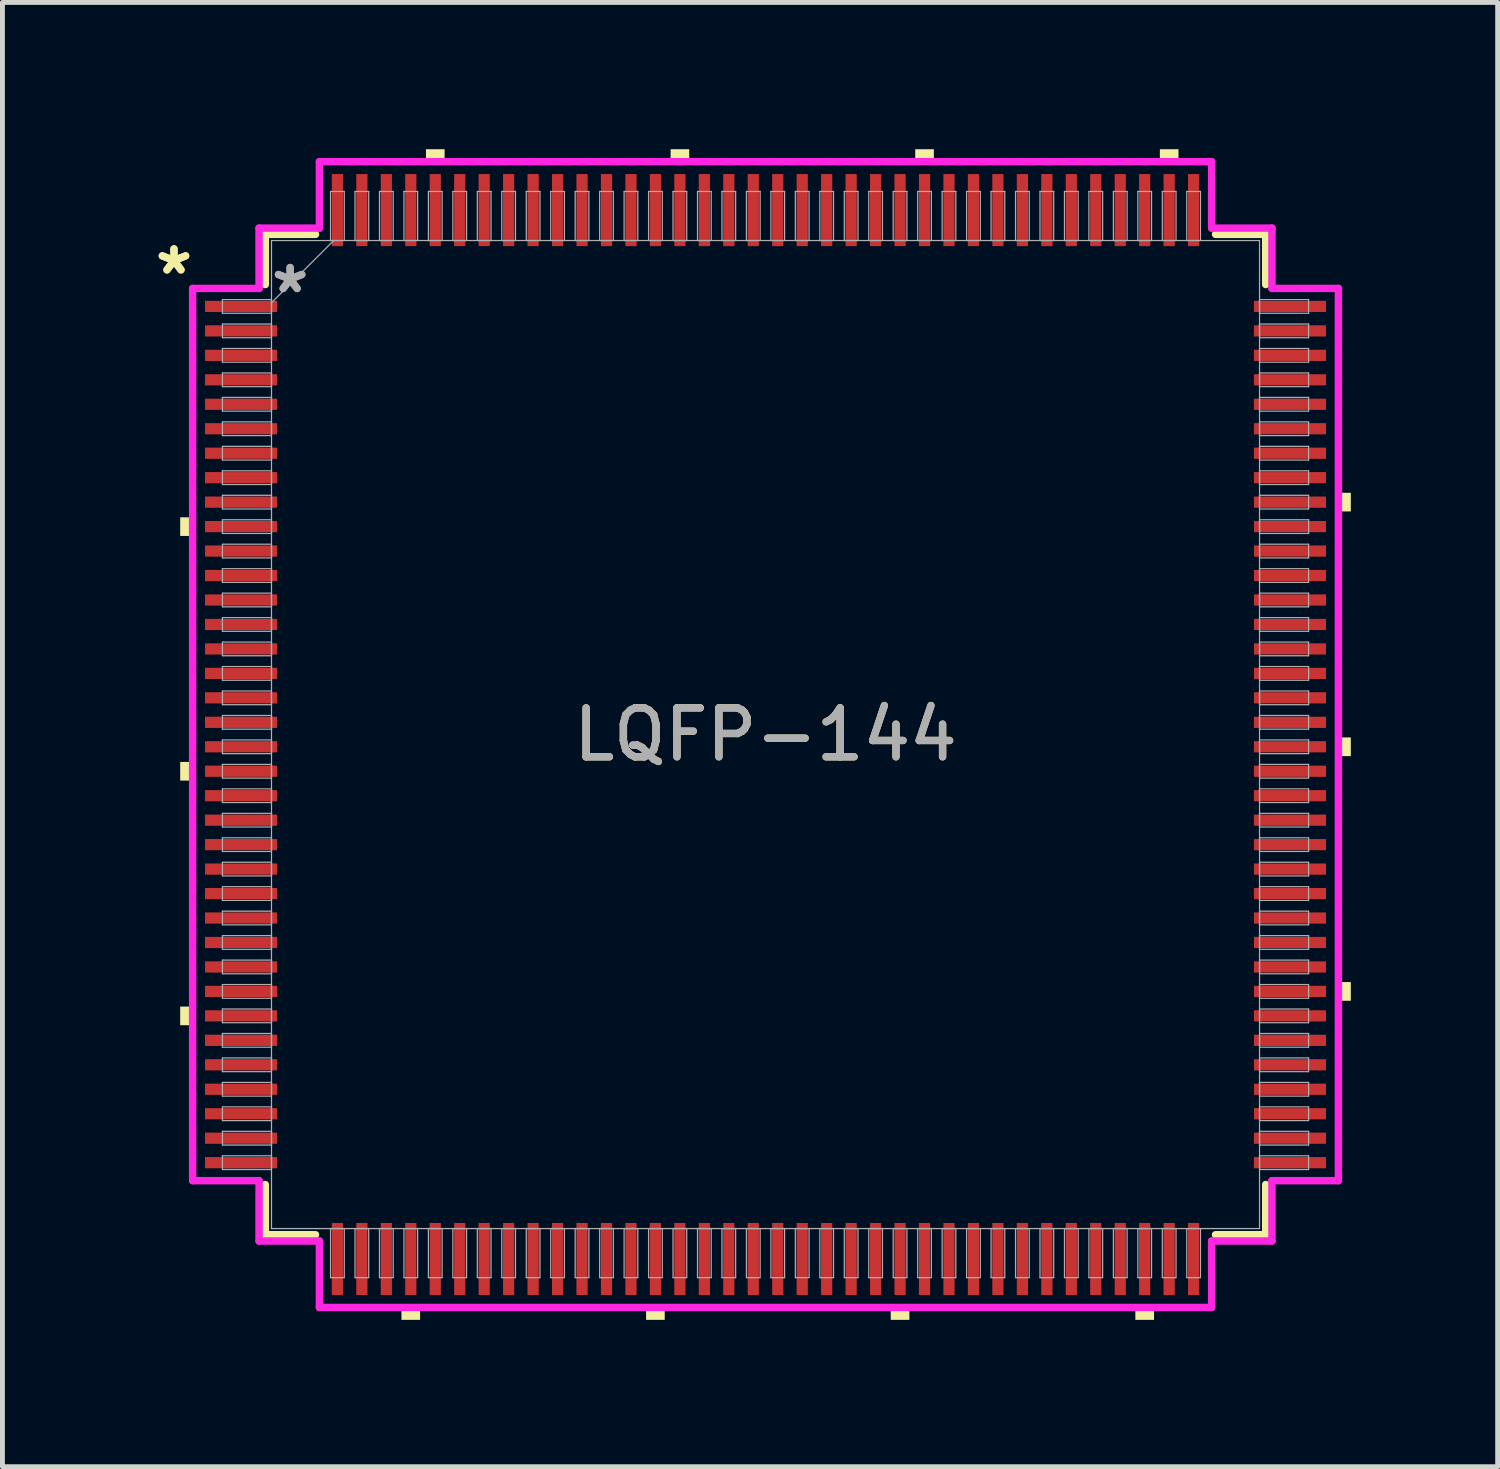
<source format=kicad_pcb>
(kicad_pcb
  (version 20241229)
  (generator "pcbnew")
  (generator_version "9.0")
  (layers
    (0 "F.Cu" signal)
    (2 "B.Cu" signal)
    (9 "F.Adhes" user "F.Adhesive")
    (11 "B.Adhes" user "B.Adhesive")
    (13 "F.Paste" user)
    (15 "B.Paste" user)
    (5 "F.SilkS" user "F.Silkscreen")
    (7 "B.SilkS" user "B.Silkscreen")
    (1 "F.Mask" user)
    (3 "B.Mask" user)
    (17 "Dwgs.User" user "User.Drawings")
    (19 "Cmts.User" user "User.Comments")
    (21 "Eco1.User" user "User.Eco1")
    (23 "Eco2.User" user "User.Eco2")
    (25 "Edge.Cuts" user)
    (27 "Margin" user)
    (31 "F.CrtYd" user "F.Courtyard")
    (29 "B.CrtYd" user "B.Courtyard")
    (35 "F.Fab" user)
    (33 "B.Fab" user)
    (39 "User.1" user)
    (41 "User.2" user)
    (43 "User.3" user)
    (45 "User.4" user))
  (footprint "LQFP-144"
    (layer "F.Cu")
    (at 12.596 11.963)
    (property "Reference" "LQFP-144" (at 0 0 0) (unlocked yes) (layer "F.SilkS") (effects (font (size 1 1) (thickness 0.15))))
    (attr smd)
    (fp_line (start -10.223 -10.223) (end -10.223 -9.197) (stroke (width 0.152) (type solid)) (layer "F.SilkS"))
    (fp_line (start -10.223 9.197) (end -10.223 10.223) (stroke (width 0.152) (type solid)) (layer "F.SilkS"))
    (fp_line (start -10.223 10.223) (end -9.197 10.223) (stroke (width 0.152) (type solid)) (layer "F.SilkS"))
    (fp_line (start -9.197 -10.223) (end -10.223 -10.223) (stroke (width 0.152) (type solid)) (layer "F.SilkS"))
    (fp_line (start 9.197 10.223) (end 10.223 10.223) (stroke (width 0.152) (type solid)) (layer "F.SilkS"))
    (fp_line (start 10.223 -10.223) (end 9.197 -10.223) (stroke (width 0.152) (type solid)) (layer "F.SilkS"))
    (fp_line (start 10.223 -9.197) (end 10.223 -10.223) (stroke (width 0.152) (type solid)) (layer "F.SilkS"))
    (fp_line (start 10.223 10.223) (end 10.223 9.197) (stroke (width 0.152) (type solid)) (layer "F.SilkS"))
    (fp_poly (pts (xy -11.963 -4.44) (xy -11.963 -4.059) (xy -11.709 -4.059) (xy -11.709 -4.44)) (stroke (width 0) (type solid)) (fill yes) (layer "F.SilkS"))
    (fp_poly (pts (xy -11.963 0.56) (xy -11.963 0.941) (xy -11.709 0.941) (xy -11.709 0.56)) (stroke (width 0) (type solid)) (fill yes) (layer "F.SilkS"))
    (fp_poly (pts (xy -11.963 5.56) (xy -11.963 5.941) (xy -11.709 5.941) (xy -11.709 5.56)) (stroke (width 0) (type solid)) (fill yes) (layer "F.SilkS"))
    (fp_poly (pts (xy -7.441 11.709) (xy -7.441 11.963) (xy -7.06 11.963) (xy -7.06 11.709)) (stroke (width 0) (type solid)) (fill yes) (layer "F.SilkS"))
    (fp_poly (pts (xy -6.94 -11.709) (xy -6.94 -11.963) (xy -6.559 -11.963) (xy -6.559 -11.709)) (stroke (width 0) (type solid)) (fill yes) (layer "F.SilkS"))
    (fp_poly (pts (xy -2.441 11.709) (xy -2.441 11.963) (xy -2.06 11.963) (xy -2.06 11.709)) (stroke (width 0) (type solid)) (fill yes) (layer "F.SilkS"))
    (fp_poly (pts (xy -1.94 -11.709) (xy -1.94 -11.963) (xy -1.559 -11.963) (xy -1.559 -11.709)) (stroke (width 0) (type solid)) (fill yes) (layer "F.SilkS"))
    (fp_poly (pts (xy 2.559 11.709) (xy 2.559 11.963) (xy 2.941 11.963) (xy 2.941 11.709)) (stroke (width 0) (type solid)) (fill yes) (layer "F.SilkS"))
    (fp_poly (pts (xy 3.06 -11.709) (xy 3.06 -11.963) (xy 3.441 -11.963) (xy 3.441 -11.709)) (stroke (width 0) (type solid)) (fill yes) (layer "F.SilkS"))
    (fp_poly (pts (xy 7.559 11.709) (xy 7.559 11.963) (xy 7.941 11.963) (xy 7.941 11.709)) (stroke (width 0) (type solid)) (fill yes) (layer "F.SilkS"))
    (fp_poly (pts (xy 8.06 -11.709) (xy 8.06 -11.963) (xy 8.441 -11.963) (xy 8.441 -11.709)) (stroke (width 0) (type solid)) (fill yes) (layer "F.SilkS"))
    (fp_poly (pts (xy 11.963 -4.941) (xy 11.963 -4.56) (xy 11.709 -4.56) (xy 11.709 -4.941)) (stroke (width 0) (type solid)) (fill yes) (layer "F.SilkS"))
    (fp_poly (pts (xy 11.963 0.059) (xy 11.963 0.441) (xy 11.709 0.441) (xy 11.709 0.059)) (stroke (width 0) (type solid)) (fill yes) (layer "F.SilkS"))
    (fp_poly (pts (xy 11.963 5.059) (xy 11.963 5.441) (xy 11.709 5.441) (xy 11.709 5.059)) (stroke (width 0) (type solid)) (fill yes) (layer "F.SilkS"))
    (fp_line (start -11.709 -9.118) (end -10.351 -9.118) (stroke (width 0.152) (type solid)) (layer "F.CrtYd"))
    (fp_line (start -11.709 9.118) (end -11.709 -9.118) (stroke (width 0.152) (type solid)) (layer "F.CrtYd"))
    (fp_line (start -10.351 -10.351) (end -9.118 -10.351) (stroke (width 0.152) (type solid)) (layer "F.CrtYd"))
    (fp_line (start -10.351 -9.118) (end -10.351 -10.351) (stroke (width 0.152) (type solid)) (layer "F.CrtYd"))
    (fp_line (start -10.351 9.118) (end -11.709 9.118) (stroke (width 0.152) (type solid)) (layer "F.CrtYd"))
    (fp_line (start -10.351 10.351) (end -10.351 9.118) (stroke (width 0.152) (type solid)) (layer "F.CrtYd"))
    (fp_line (start -10.351 10.351) (end -9.118 10.351) (stroke (width 0.152) (type solid)) (layer "F.CrtYd"))
    (fp_line (start -9.118 -11.709) (end 9.118 -11.709) (stroke (width 0.152) (type solid)) (layer "F.CrtYd"))
    (fp_line (start -9.118 -10.351) (end -9.118 -11.709) (stroke (width 0.152) (type solid)) (layer "F.CrtYd"))
    (fp_line (start -9.118 10.351) (end -9.118 11.709) (stroke (width 0.152) (type solid)) (layer "F.CrtYd"))
    (fp_line (start -9.118 11.709) (end 9.118 11.709) (stroke (width 0.152) (type solid)) (layer "F.CrtYd"))
    (fp_line (start 9.118 -11.709) (end 9.118 -10.351) (stroke (width 0.152) (type solid)) (layer "F.CrtYd"))
    (fp_line (start 9.118 -10.351) (end 10.351 -10.351) (stroke (width 0.152) (type solid)) (layer "F.CrtYd"))
    (fp_line (start 9.118 10.351) (end 10.351 10.351) (stroke (width 0.152) (type solid)) (layer "F.CrtYd"))
    (fp_line (start 9.118 11.709) (end 9.118 10.351) (stroke (width 0.152) (type solid)) (layer "F.CrtYd"))
    (fp_line (start 10.351 -9.118) (end 10.351 -10.351) (stroke (width 0.152) (type solid)) (layer "F.CrtYd"))
    (fp_line (start 10.351 9.118) (end 11.709 9.118) (stroke (width 0.152) (type solid)) (layer "F.CrtYd"))
    (fp_line (start 10.351 10.351) (end 10.351 9.118) (stroke (width 0.152) (type solid)) (layer "F.CrtYd"))
    (fp_line (start 11.709 -9.118) (end 10.351 -9.118) (stroke (width 0.152) (type solid)) (layer "F.CrtYd"))
    (fp_line (start 11.709 9.118) (end 11.709 -9.118) (stroke (width 0.152) (type solid)) (layer "F.CrtYd"))
    (fp_line (start -11.1 -8.89) (end -11.1 -8.61) (stroke (width 0.025) (type solid)) (layer "F.Fab"))
    (fp_line (start -11.1 -8.61) (end -10.097 -8.61) (stroke (width 0.025) (type solid)) (layer "F.Fab"))
    (fp_line (start -11.1 -8.39) (end -11.1 -8.11) (stroke (width 0.025) (type solid)) (layer "F.Fab"))
    (fp_line (start -11.1 -8.11) (end -10.097 -8.11) (stroke (width 0.025) (type solid)) (layer "F.Fab"))
    (fp_line (start -11.1 -7.89) (end -11.1 -7.61) (stroke (width 0.025) (type solid)) (layer "F.Fab"))
    (fp_line (start -11.1 -7.61) (end -10.097 -7.61) (stroke (width 0.025) (type solid)) (layer "F.Fab"))
    (fp_line (start -11.1 -7.39) (end -11.1 -7.11) (stroke (width 0.025) (type solid)) (layer "F.Fab"))
    (fp_line (start -11.1 -7.11) (end -10.097 -7.11) (stroke (width 0.025) (type solid)) (layer "F.Fab"))
    (fp_line (start -11.1 -6.89) (end -11.1 -6.61) (stroke (width 0.025) (type solid)) (layer "F.Fab"))
    (fp_line (start -11.1 -6.61) (end -10.097 -6.61) (stroke (width 0.025) (type solid)) (layer "F.Fab"))
    (fp_line (start -11.1 -6.39) (end -11.1 -6.11) (stroke (width 0.025) (type solid)) (layer "F.Fab"))
    (fp_line (start -11.1 -6.11) (end -10.097 -6.11) (stroke (width 0.025) (type solid)) (layer "F.Fab"))
    (fp_line (start -11.1 -5.89) (end -11.1 -5.61) (stroke (width 0.025) (type solid)) (layer "F.Fab"))
    (fp_line (start -11.1 -5.61) (end -10.097 -5.61) (stroke (width 0.025) (type solid)) (layer "F.Fab"))
    (fp_line (start -11.1 -5.39) (end -11.1 -5.11) (stroke (width 0.025) (type solid)) (layer "F.Fab"))
    (fp_line (start -11.1 -5.11) (end -10.097 -5.11) (stroke (width 0.025) (type solid)) (layer "F.Fab"))
    (fp_line (start -11.1 -4.89) (end -11.1 -4.61) (stroke (width 0.025) (type solid)) (layer "F.Fab"))
    (fp_line (start -11.1 -4.61) (end -10.097 -4.61) (stroke (width 0.025) (type solid)) (layer "F.Fab"))
    (fp_line (start -11.1 -4.39) (end -11.1 -4.11) (stroke (width 0.025) (type solid)) (layer "F.Fab"))
    (fp_line (start -11.1 -4.11) (end -10.097 -4.11) (stroke (width 0.025) (type solid)) (layer "F.Fab"))
    (fp_line (start -11.1 -3.89) (end -11.1 -3.61) (stroke (width 0.025) (type solid)) (layer "F.Fab"))
    (fp_line (start -11.1 -3.61) (end -10.097 -3.61) (stroke (width 0.025) (type solid)) (layer "F.Fab"))
    (fp_line (start -11.1 -3.39) (end -11.1 -3.11) (stroke (width 0.025) (type solid)) (layer "F.Fab"))
    (fp_line (start -11.1 -3.11) (end -10.097 -3.11) (stroke (width 0.025) (type solid)) (layer "F.Fab"))
    (fp_line (start -11.1 -2.89) (end -11.1 -2.61) (stroke (width 0.025) (type solid)) (layer "F.Fab"))
    (fp_line (start -11.1 -2.61) (end -10.097 -2.61) (stroke (width 0.025) (type solid)) (layer "F.Fab"))
    (fp_line (start -11.1 -2.39) (end -11.1 -2.11) (stroke (width 0.025) (type solid)) (layer "F.Fab"))
    (fp_line (start -11.1 -2.11) (end -10.097 -2.11) (stroke (width 0.025) (type solid)) (layer "F.Fab"))
    (fp_line (start -11.1 -1.89) (end -11.1 -1.61) (stroke (width 0.025) (type solid)) (layer "F.Fab"))
    (fp_line (start -11.1 -1.61) (end -10.097 -1.61) (stroke (width 0.025) (type solid)) (layer "F.Fab"))
    (fp_line (start -11.1 -1.39) (end -11.1 -1.11) (stroke (width 0.025) (type solid)) (layer "F.Fab"))
    (fp_line (start -11.1 -1.11) (end -10.097 -1.11) (stroke (width 0.025) (type solid)) (layer "F.Fab"))
    (fp_line (start -11.1 -0.89) (end -11.1 -0.61) (stroke (width 0.025) (type solid)) (layer "F.Fab"))
    (fp_line (start -11.1 -0.61) (end -10.097 -0.61) (stroke (width 0.025) (type solid)) (layer "F.Fab"))
    (fp_line (start -11.1 -0.39) (end -11.1 -0.11) (stroke (width 0.025) (type solid)) (layer "F.Fab"))
    (fp_line (start -11.1 -0.11) (end -10.097 -0.11) (stroke (width 0.025) (type solid)) (layer "F.Fab"))
    (fp_line (start -11.1 0.11) (end -11.1 0.39) (stroke (width 0.025) (type solid)) (layer "F.Fab"))
    (fp_line (start -11.1 0.39) (end -10.097 0.39) (stroke (width 0.025) (type solid)) (layer "F.Fab"))
    (fp_line (start -11.1 0.61) (end -11.1 0.89) (stroke (width 0.025) (type solid)) (layer "F.Fab"))
    (fp_line (start -11.1 0.89) (end -10.097 0.89) (stroke (width 0.025) (type solid)) (layer "F.Fab"))
    (fp_line (start -11.1 1.11) (end -11.1 1.39) (stroke (width 0.025) (type solid)) (layer "F.Fab"))
    (fp_line (start -11.1 1.39) (end -10.097 1.39) (stroke (width 0.025) (type solid)) (layer "F.Fab"))
    (fp_line (start -11.1 1.61) (end -11.1 1.89) (stroke (width 0.025) (type solid)) (layer "F.Fab"))
    (fp_line (start -11.1 1.89) (end -10.097 1.89) (stroke (width 0.025) (type solid)) (layer "F.Fab"))
    (fp_line (start -11.1 2.11) (end -11.1 2.39) (stroke (width 0.025) (type solid)) (layer "F.Fab"))
    (fp_line (start -11.1 2.39) (end -10.097 2.39) (stroke (width 0.025) (type solid)) (layer "F.Fab"))
    (fp_line (start -11.1 2.61) (end -11.1 2.89) (stroke (width 0.025) (type solid)) (layer "F.Fab"))
    (fp_line (start -11.1 2.89) (end -10.097 2.89) (stroke (width 0.025) (type solid)) (layer "F.Fab"))
    (fp_line (start -11.1 3.11) (end -11.1 3.39) (stroke (width 0.025) (type solid)) (layer "F.Fab"))
    (fp_line (start -11.1 3.39) (end -10.097 3.39) (stroke (width 0.025) (type solid)) (layer "F.Fab"))
    (fp_line (start -11.1 3.61) (end -11.1 3.89) (stroke (width 0.025) (type solid)) (layer "F.Fab"))
    (fp_line (start -11.1 3.89) (end -10.097 3.89) (stroke (width 0.025) (type solid)) (layer "F.Fab"))
    (fp_line (start -11.1 4.11) (end -11.1 4.39) (stroke (width 0.025) (type solid)) (layer "F.Fab"))
    (fp_line (start -11.1 4.39) (end -10.097 4.39) (stroke (width 0.025) (type solid)) (layer "F.Fab"))
    (fp_line (start -11.1 4.61) (end -11.1 4.89) (stroke (width 0.025) (type solid)) (layer "F.Fab"))
    (fp_line (start -11.1 4.89) (end -10.097 4.89) (stroke (width 0.025) (type solid)) (layer "F.Fab"))
    (fp_line (start -11.1 5.11) (end -11.1 5.39) (stroke (width 0.025) (type solid)) (layer "F.Fab"))
    (fp_line (start -11.1 5.39) (end -10.097 5.39) (stroke (width 0.025) (type solid)) (layer "F.Fab"))
    (fp_line (start -11.1 5.61) (end -11.1 5.89) (stroke (width 0.025) (type solid)) (layer "F.Fab"))
    (fp_line (start -11.1 5.89) (end -10.097 5.89) (stroke (width 0.025) (type solid)) (layer "F.Fab"))
    (fp_line (start -11.1 6.11) (end -11.1 6.39) (stroke (width 0.025) (type solid)) (layer "F.Fab"))
    (fp_line (start -11.1 6.39) (end -10.097 6.39) (stroke (width 0.025) (type solid)) (layer "F.Fab"))
    (fp_line (start -11.1 6.61) (end -11.1 6.89) (stroke (width 0.025) (type solid)) (layer "F.Fab"))
    (fp_line (start -11.1 6.89) (end -10.097 6.89) (stroke (width 0.025) (type solid)) (layer "F.Fab"))
    (fp_line (start -11.1 7.11) (end -11.1 7.39) (stroke (width 0.025) (type solid)) (layer "F.Fab"))
    (fp_line (start -11.1 7.39) (end -10.097 7.39) (stroke (width 0.025) (type solid)) (layer "F.Fab"))
    (fp_line (start -11.1 7.61) (end -11.1 7.89) (stroke (width 0.025) (type solid)) (layer "F.Fab"))
    (fp_line (start -11.1 7.89) (end -10.097 7.89) (stroke (width 0.025) (type solid)) (layer "F.Fab"))
    (fp_line (start -11.1 8.11) (end -11.1 8.39) (stroke (width 0.025) (type solid)) (layer "F.Fab"))
    (fp_line (start -11.1 8.39) (end -10.097 8.39) (stroke (width 0.025) (type solid)) (layer "F.Fab"))
    (fp_line (start -11.1 8.61) (end -11.1 8.89) (stroke (width 0.025) (type solid)) (layer "F.Fab"))
    (fp_line (start -11.1 8.89) (end -10.097 8.89) (stroke (width 0.025) (type solid)) (layer "F.Fab"))
    (fp_line (start -10.097 -10.097) (end -10.097 -10.097) (stroke (width 0.025) (type solid)) (layer "F.Fab"))
    (fp_line (start -10.097 -10.097) (end -10.097 10.097) (stroke (width 0.025) (type solid)) (layer "F.Fab"))
    (fp_line (start -10.097 -8.89) (end -11.1 -8.89) (stroke (width 0.025) (type solid)) (layer "F.Fab"))
    (fp_line (start -10.097 -8.826) (end -8.826 -10.097) (stroke (width 0.025) (type solid)) (layer "F.Fab"))
    (fp_line (start -10.097 -8.61) (end -10.097 -8.89) (stroke (width 0.025) (type solid)) (layer "F.Fab"))
    (fp_line (start -10.097 -8.39) (end -11.1 -8.39) (stroke (width 0.025) (type solid)) (layer "F.Fab"))
    (fp_line (start -10.097 -8.11) (end -10.097 -8.39) (stroke (width 0.025) (type solid)) (layer "F.Fab"))
    (fp_line (start -10.097 -7.89) (end -11.1 -7.89) (stroke (width 0.025) (type solid)) (layer "F.Fab"))
    (fp_line (start -10.097 -7.61) (end -10.097 -7.89) (stroke (width 0.025) (type solid)) (layer "F.Fab"))
    (fp_line (start -10.097 -7.39) (end -11.1 -7.39) (stroke (width 0.025) (type solid)) (layer "F.Fab"))
    (fp_line (start -10.097 -7.11) (end -10.097 -7.39) (stroke (width 0.025) (type solid)) (layer "F.Fab"))
    (fp_line (start -10.097 -6.89) (end -11.1 -6.89) (stroke (width 0.025) (type solid)) (layer "F.Fab"))
    (fp_line (start -10.097 -6.61) (end -10.097 -6.89) (stroke (width 0.025) (type solid)) (layer "F.Fab"))
    (fp_line (start -10.097 -6.39) (end -11.1 -6.39) (stroke (width 0.025) (type solid)) (layer "F.Fab"))
    (fp_line (start -10.097 -6.11) (end -10.097 -6.39) (stroke (width 0.025) (type solid)) (layer "F.Fab"))
    (fp_line (start -10.097 -5.89) (end -11.1 -5.89) (stroke (width 0.025) (type solid)) (layer "F.Fab"))
    (fp_line (start -10.097 -5.61) (end -10.097 -5.89) (stroke (width 0.025) (type solid)) (layer "F.Fab"))
    (fp_line (start -10.097 -5.39) (end -11.1 -5.39) (stroke (width 0.025) (type solid)) (layer "F.Fab"))
    (fp_line (start -10.097 -5.11) (end -10.097 -5.39) (stroke (width 0.025) (type solid)) (layer "F.Fab"))
    (fp_line (start -10.097 -4.89) (end -11.1 -4.89) (stroke (width 0.025) (type solid)) (layer "F.Fab"))
    (fp_line (start -10.097 -4.61) (end -10.097 -4.89) (stroke (width 0.025) (type solid)) (layer "F.Fab"))
    (fp_line (start -10.097 -4.39) (end -11.1 -4.39) (stroke (width 0.025) (type solid)) (layer "F.Fab"))
    (fp_line (start -10.097 -4.11) (end -10.097 -4.39) (stroke (width 0.025) (type solid)) (layer "F.Fab"))
    (fp_line (start -10.097 -3.89) (end -11.1 -3.89) (stroke (width 0.025) (type solid)) (layer "F.Fab"))
    (fp_line (start -10.097 -3.61) (end -10.097 -3.89) (stroke (width 0.025) (type solid)) (layer "F.Fab"))
    (fp_line (start -10.097 -3.39) (end -11.1 -3.39) (stroke (width 0.025) (type solid)) (layer "F.Fab"))
    (fp_line (start -10.097 -3.11) (end -10.097 -3.39) (stroke (width 0.025) (type solid)) (layer "F.Fab"))
    (fp_line (start -10.097 -2.89) (end -11.1 -2.89) (stroke (width 0.025) (type solid)) (layer "F.Fab"))
    (fp_line (start -10.097 -2.61) (end -10.097 -2.89) (stroke (width 0.025) (type solid)) (layer "F.Fab"))
    (fp_line (start -10.097 -2.39) (end -11.1 -2.39) (stroke (width 0.025) (type solid)) (layer "F.Fab"))
    (fp_line (start -10.097 -2.11) (end -10.097 -2.39) (stroke (width 0.025) (type solid)) (layer "F.Fab"))
    (fp_line (start -10.097 -1.89) (end -11.1 -1.89) (stroke (width 0.025) (type solid)) (layer "F.Fab"))
    (fp_line (start -10.097 -1.61) (end -10.097 -1.89) (stroke (width 0.025) (type solid)) (layer "F.Fab"))
    (fp_line (start -10.097 -1.39) (end -11.1 -1.39) (stroke (width 0.025) (type solid)) (layer "F.Fab"))
    (fp_line (start -10.097 -1.11) (end -10.097 -1.39) (stroke (width 0.025) (type solid)) (layer "F.Fab"))
    (fp_line (start -10.097 -0.89) (end -11.1 -0.89) (stroke (width 0.025) (type solid)) (layer "F.Fab"))
    (fp_line (start -10.097 -0.61) (end -10.097 -0.89) (stroke (width 0.025) (type solid)) (layer "F.Fab"))
    (fp_line (start -10.097 -0.39) (end -11.1 -0.39) (stroke (width 0.025) (type solid)) (layer "F.Fab"))
    (fp_line (start -10.097 -0.11) (end -10.097 -0.39) (stroke (width 0.025) (type solid)) (layer "F.Fab"))
    (fp_line (start -10.097 0.11) (end -11.1 0.11) (stroke (width 0.025) (type solid)) (layer "F.Fab"))
    (fp_line (start -10.097 0.39) (end -10.097 0.11) (stroke (width 0.025) (type solid)) (layer "F.Fab"))
    (fp_line (start -10.097 0.61) (end -11.1 0.61) (stroke (width 0.025) (type solid)) (layer "F.Fab"))
    (fp_line (start -10.097 0.89) (end -10.097 0.61) (stroke (width 0.025) (type solid)) (layer "F.Fab"))
    (fp_line (start -10.097 1.11) (end -11.1 1.11) (stroke (width 0.025) (type solid)) (layer "F.Fab"))
    (fp_line (start -10.097 1.39) (end -10.097 1.11) (stroke (width 0.025) (type solid)) (layer "F.Fab"))
    (fp_line (start -10.097 1.61) (end -11.1 1.61) (stroke (width 0.025) (type solid)) (layer "F.Fab"))
    (fp_line (start -10.097 1.89) (end -10.097 1.61) (stroke (width 0.025) (type solid)) (layer "F.Fab"))
    (fp_line (start -10.097 2.11) (end -11.1 2.11) (stroke (width 0.025) (type solid)) (layer "F.Fab"))
    (fp_line (start -10.097 2.39) (end -10.097 2.11) (stroke (width 0.025) (type solid)) (layer "F.Fab"))
    (fp_line (start -10.097 2.61) (end -11.1 2.61) (stroke (width 0.025) (type solid)) (layer "F.Fab"))
    (fp_line (start -10.097 2.89) (end -10.097 2.61) (stroke (width 0.025) (type solid)) (layer "F.Fab"))
    (fp_line (start -10.097 3.11) (end -11.1 3.11) (stroke (width 0.025) (type solid)) (layer "F.Fab"))
    (fp_line (start -10.097 3.39) (end -10.097 3.11) (stroke (width 0.025) (type solid)) (layer "F.Fab"))
    (fp_line (start -10.097 3.61) (end -11.1 3.61) (stroke (width 0.025) (type solid)) (layer "F.Fab"))
    (fp_line (start -10.097 3.89) (end -10.097 3.61) (stroke (width 0.025) (type solid)) (layer "F.Fab"))
    (fp_line (start -10.097 4.11) (end -11.1 4.11) (stroke (width 0.025) (type solid)) (layer "F.Fab"))
    (fp_line (start -10.097 4.39) (end -10.097 4.11) (stroke (width 0.025) (type solid)) (layer "F.Fab"))
    (fp_line (start -10.097 4.61) (end -11.1 4.61) (stroke (width 0.025) (type solid)) (layer "F.Fab"))
    (fp_line (start -10.097 4.89) (end -10.097 4.61) (stroke (width 0.025) (type solid)) (layer "F.Fab"))
    (fp_line (start -10.097 5.11) (end -11.1 5.11) (stroke (width 0.025) (type solid)) (layer "F.Fab"))
    (fp_line (start -10.097 5.39) (end -10.097 5.11) (stroke (width 0.025) (type solid)) (layer "F.Fab"))
    (fp_line (start -10.097 5.61) (end -11.1 5.61) (stroke (width 0.025) (type solid)) (layer "F.Fab"))
    (fp_line (start -10.097 5.89) (end -10.097 5.61) (stroke (width 0.025) (type solid)) (layer "F.Fab"))
    (fp_line (start -10.097 6.11) (end -11.1 6.11) (stroke (width 0.025) (type solid)) (layer "F.Fab"))
    (fp_line (start -10.097 6.39) (end -10.097 6.11) (stroke (width 0.025) (type solid)) (layer "F.Fab"))
    (fp_line (start -10.097 6.61) (end -11.1 6.61) (stroke (width 0.025) (type solid)) (layer "F.Fab"))
    (fp_line (start -10.097 6.89) (end -10.097 6.61) (stroke (width 0.025) (type solid)) (layer "F.Fab"))
    (fp_line (start -10.097 7.11) (end -11.1 7.11) (stroke (width 0.025) (type solid)) (layer "F.Fab"))
    (fp_line (start -10.097 7.39) (end -10.097 7.11) (stroke (width 0.025) (type solid)) (layer "F.Fab"))
    (fp_line (start -10.097 7.61) (end -11.1 7.61) (stroke (width 0.025) (type solid)) (layer "F.Fab"))
    (fp_line (start -10.097 7.89) (end -10.097 7.61) (stroke (width 0.025) (type solid)) (layer "F.Fab"))
    (fp_line (start -10.097 8.11) (end -11.1 8.11) (stroke (width 0.025) (type solid)) (layer "F.Fab"))
    (fp_line (start -10.097 8.39) (end -10.097 8.11) (stroke (width 0.025) (type solid)) (layer "F.Fab"))
    (fp_line (start -10.097 8.61) (end -11.1 8.61) (stroke (width 0.025) (type solid)) (layer "F.Fab"))
    (fp_line (start -10.097 8.89) (end -10.097 8.61) (stroke (width 0.025) (type solid)) (layer "F.Fab"))
    (fp_line (start -10.097 10.097) (end -10.097 10.097) (stroke (width 0.025) (type solid)) (layer "F.Fab"))
    (fp_line (start -10.097 10.097) (end 10.097 10.097) (stroke (width 0.025) (type solid)) (layer "F.Fab"))
    (fp_line (start -8.89 -11.1) (end -8.89 -10.097) (stroke (width 0.025) (type solid)) (layer "F.Fab"))
    (fp_line (start -8.89 -10.097) (end -8.61 -10.097) (stroke (width 0.025) (type solid)) (layer "F.Fab"))
    (fp_line (start -8.89 10.097) (end -8.89 11.1) (stroke (width 0.025) (type solid)) (layer "F.Fab"))
    (fp_line (start -8.89 11.1) (end -8.61 11.1) (stroke (width 0.025) (type solid)) (layer "F.Fab"))
    (fp_line (start -8.61 -11.1) (end -8.89 -11.1) (stroke (width 0.025) (type solid)) (layer "F.Fab"))
    (fp_line (start -8.61 -10.097) (end -8.61 -11.1) (stroke (width 0.025) (type solid)) (layer "F.Fab"))
    (fp_line (start -8.61 10.097) (end -8.89 10.097) (stroke (width 0.025) (type solid)) (layer "F.Fab"))
    (fp_line (start -8.61 11.1) (end -8.61 10.097) (stroke (width 0.025) (type solid)) (layer "F.Fab"))
    (fp_line (start -8.39 -11.1) (end -8.39 -10.097) (stroke (width 0.025) (type solid)) (layer "F.Fab"))
    (fp_line (start -8.39 -10.097) (end -8.11 -10.097) (stroke (width 0.025) (type solid)) (layer "F.Fab"))
    (fp_line (start -8.39 10.097) (end -8.39 11.1) (stroke (width 0.025) (type solid)) (layer "F.Fab"))
    (fp_line (start -8.39 11.1) (end -8.11 11.1) (stroke (width 0.025) (type solid)) (layer "F.Fab"))
    (fp_line (start -8.11 -11.1) (end -8.39 -11.1) (stroke (width 0.025) (type solid)) (layer "F.Fab"))
    (fp_line (start -8.11 -10.097) (end -8.11 -11.1) (stroke (width 0.025) (type solid)) (layer "F.Fab"))
    (fp_line (start -8.11 10.097) (end -8.39 10.097) (stroke (width 0.025) (type solid)) (layer "F.Fab"))
    (fp_line (start -8.11 11.1) (end -8.11 10.097) (stroke (width 0.025) (type solid)) (layer "F.Fab"))
    (fp_line (start -7.89 -11.1) (end -7.89 -10.097) (stroke (width 0.025) (type solid)) (layer "F.Fab"))
    (fp_line (start -7.89 -10.097) (end -7.61 -10.097) (stroke (width 0.025) (type solid)) (layer "F.Fab"))
    (fp_line (start -7.89 10.097) (end -7.89 11.1) (stroke (width 0.025) (type solid)) (layer "F.Fab"))
    (fp_line (start -7.89 11.1) (end -7.61 11.1) (stroke (width 0.025) (type solid)) (layer "F.Fab"))
    (fp_line (start -7.61 -11.1) (end -7.89 -11.1) (stroke (width 0.025) (type solid)) (layer "F.Fab"))
    (fp_line (start -7.61 -10.097) (end -7.61 -11.1) (stroke (width 0.025) (type solid)) (layer "F.Fab"))
    (fp_line (start -7.61 10.097) (end -7.89 10.097) (stroke (width 0.025) (type solid)) (layer "F.Fab"))
    (fp_line (start -7.61 11.1) (end -7.61 10.097) (stroke (width 0.025) (type solid)) (layer "F.Fab"))
    (fp_line (start -7.39 -11.1) (end -7.39 -10.097) (stroke (width 0.025) (type solid)) (layer "F.Fab"))
    (fp_line (start -7.39 -10.097) (end -7.11 -10.097) (stroke (width 0.025) (type solid)) (layer "F.Fab"))
    (fp_line (start -7.39 10.097) (end -7.39 11.1) (stroke (width 0.025) (type solid)) (layer "F.Fab"))
    (fp_line (start -7.39 11.1) (end -7.11 11.1) (stroke (width 0.025) (type solid)) (layer "F.Fab"))
    (fp_line (start -7.11 -11.1) (end -7.39 -11.1) (stroke (width 0.025) (type solid)) (layer "F.Fab"))
    (fp_line (start -7.11 -10.097) (end -7.11 -11.1) (stroke (width 0.025) (type solid)) (layer "F.Fab"))
    (fp_line (start -7.11 10.097) (end -7.39 10.097) (stroke (width 0.025) (type solid)) (layer "F.Fab"))
    (fp_line (start -7.11 11.1) (end -7.11 10.097) (stroke (width 0.025) (type solid)) (layer "F.Fab"))
    (fp_line (start -6.89 -11.1) (end -6.89 -10.097) (stroke (width 0.025) (type solid)) (layer "F.Fab"))
    (fp_line (start -6.89 -10.097) (end -6.61 -10.097) (stroke (width 0.025) (type solid)) (layer "F.Fab"))
    (fp_line (start -6.89 10.097) (end -6.89 11.1) (stroke (width 0.025) (type solid)) (layer "F.Fab"))
    (fp_line (start -6.89 11.1) (end -6.61 11.1) (stroke (width 0.025) (type solid)) (layer "F.Fab"))
    (fp_line (start -6.61 -11.1) (end -6.89 -11.1) (stroke (width 0.025) (type solid)) (layer "F.Fab"))
    (fp_line (start -6.61 -10.097) (end -6.61 -11.1) (stroke (width 0.025) (type solid)) (layer "F.Fab"))
    (fp_line (start -6.61 10.097) (end -6.89 10.097) (stroke (width 0.025) (type solid)) (layer "F.Fab"))
    (fp_line (start -6.61 11.1) (end -6.61 10.097) (stroke (width 0.025) (type solid)) (layer "F.Fab"))
    (fp_line (start -6.39 -11.1) (end -6.39 -10.097) (stroke (width 0.025) (type solid)) (layer "F.Fab"))
    (fp_line (start -6.39 -10.097) (end -6.11 -10.097) (stroke (width 0.025) (type solid)) (layer "F.Fab"))
    (fp_line (start -6.39 10.097) (end -6.39 11.1) (stroke (width 0.025) (type solid)) (layer "F.Fab"))
    (fp_line (start -6.39 11.1) (end -6.11 11.1) (stroke (width 0.025) (type solid)) (layer "F.Fab"))
    (fp_line (start -6.11 -11.1) (end -6.39 -11.1) (stroke (width 0.025) (type solid)) (layer "F.Fab"))
    (fp_line (start -6.11 -10.097) (end -6.11 -11.1) (stroke (width 0.025) (type solid)) (layer "F.Fab"))
    (fp_line (start -6.11 10.097) (end -6.39 10.097) (stroke (width 0.025) (type solid)) (layer "F.Fab"))
    (fp_line (start -6.11 11.1) (end -6.11 10.097) (stroke (width 0.025) (type solid)) (layer "F.Fab"))
    (fp_line (start -5.89 -11.1) (end -5.89 -10.097) (stroke (width 0.025) (type solid)) (layer "F.Fab"))
    (fp_line (start -5.89 -10.097) (end -5.61 -10.097) (stroke (width 0.025) (type solid)) (layer "F.Fab"))
    (fp_line (start -5.89 10.097) (end -5.89 11.1) (stroke (width 0.025) (type solid)) (layer "F.Fab"))
    (fp_line (start -5.89 11.1) (end -5.61 11.1) (stroke (width 0.025) (type solid)) (layer "F.Fab"))
    (fp_line (start -5.61 -11.1) (end -5.89 -11.1) (stroke (width 0.025) (type solid)) (layer "F.Fab"))
    (fp_line (start -5.61 -10.097) (end -5.61 -11.1) (stroke (width 0.025) (type solid)) (layer "F.Fab"))
    (fp_line (start -5.61 10.097) (end -5.89 10.097) (stroke (width 0.025) (type solid)) (layer "F.Fab"))
    (fp_line (start -5.61 11.1) (end -5.61 10.097) (stroke (width 0.025) (type solid)) (layer "F.Fab"))
    (fp_line (start -5.39 -11.1) (end -5.39 -10.097) (stroke (width 0.025) (type solid)) (layer "F.Fab"))
    (fp_line (start -5.39 -10.097) (end -5.11 -10.097) (stroke (width 0.025) (type solid)) (layer "F.Fab"))
    (fp_line (start -5.39 10.097) (end -5.39 11.1) (stroke (width 0.025) (type solid)) (layer "F.Fab"))
    (fp_line (start -5.39 11.1) (end -5.11 11.1) (stroke (width 0.025) (type solid)) (layer "F.Fab"))
    (fp_line (start -5.11 -11.1) (end -5.39 -11.1) (stroke (width 0.025) (type solid)) (layer "F.Fab"))
    (fp_line (start -5.11 -10.097) (end -5.11 -11.1) (stroke (width 0.025) (type solid)) (layer "F.Fab"))
    (fp_line (start -5.11 10.097) (end -5.39 10.097) (stroke (width 0.025) (type solid)) (layer "F.Fab"))
    (fp_line (start -5.11 11.1) (end -5.11 10.097) (stroke (width 0.025) (type solid)) (layer "F.Fab"))
    (fp_line (start -4.89 -11.1) (end -4.89 -10.097) (stroke (width 0.025) (type solid)) (layer "F.Fab"))
    (fp_line (start -4.89 -10.097) (end -4.61 -10.097) (stroke (width 0.025) (type solid)) (layer "F.Fab"))
    (fp_line (start -4.89 10.097) (end -4.89 11.1) (stroke (width 0.025) (type solid)) (layer "F.Fab"))
    (fp_line (start -4.89 11.1) (end -4.61 11.1) (stroke (width 0.025) (type solid)) (layer "F.Fab"))
    (fp_line (start -4.61 -11.1) (end -4.89 -11.1) (stroke (width 0.025) (type solid)) (layer "F.Fab"))
    (fp_line (start -4.61 -10.097) (end -4.61 -11.1) (stroke (width 0.025) (type solid)) (layer "F.Fab"))
    (fp_line (start -4.61 10.097) (end -4.89 10.097) (stroke (width 0.025) (type solid)) (layer "F.Fab"))
    (fp_line (start -4.61 11.1) (end -4.61 10.097) (stroke (width 0.025) (type solid)) (layer "F.Fab"))
    (fp_line (start -4.39 -11.1) (end -4.39 -10.097) (stroke (width 0.025) (type solid)) (layer "F.Fab"))
    (fp_line (start -4.39 -10.097) (end -4.11 -10.097) (stroke (width 0.025) (type solid)) (layer "F.Fab"))
    (fp_line (start -4.39 10.097) (end -4.39 11.1) (stroke (width 0.025) (type solid)) (layer "F.Fab"))
    (fp_line (start -4.39 11.1) (end -4.11 11.1) (stroke (width 0.025) (type solid)) (layer "F.Fab"))
    (fp_line (start -4.11 -11.1) (end -4.39 -11.1) (stroke (width 0.025) (type solid)) (layer "F.Fab"))
    (fp_line (start -4.11 -10.097) (end -4.11 -11.1) (stroke (width 0.025) (type solid)) (layer "F.Fab"))
    (fp_line (start -4.11 10.097) (end -4.39 10.097) (stroke (width 0.025) (type solid)) (layer "F.Fab"))
    (fp_line (start -4.11 11.1) (end -4.11 10.097) (stroke (width 0.025) (type solid)) (layer "F.Fab"))
    (fp_line (start -3.89 -11.1) (end -3.89 -10.097) (stroke (width 0.025) (type solid)) (layer "F.Fab"))
    (fp_line (start -3.89 -10.097) (end -3.61 -10.097) (stroke (width 0.025) (type solid)) (layer "F.Fab"))
    (fp_line (start -3.89 10.097) (end -3.89 11.1) (stroke (width 0.025) (type solid)) (layer "F.Fab"))
    (fp_line (start -3.89 11.1) (end -3.61 11.1) (stroke (width 0.025) (type solid)) (layer "F.Fab"))
    (fp_line (start -3.61 -11.1) (end -3.89 -11.1) (stroke (width 0.025) (type solid)) (layer "F.Fab"))
    (fp_line (start -3.61 -10.097) (end -3.61 -11.1) (stroke (width 0.025) (type solid)) (layer "F.Fab"))
    (fp_line (start -3.61 10.097) (end -3.89 10.097) (stroke (width 0.025) (type solid)) (layer "F.Fab"))
    (fp_line (start -3.61 11.1) (end -3.61 10.097) (stroke (width 0.025) (type solid)) (layer "F.Fab"))
    (fp_line (start -3.39 -11.1) (end -3.39 -10.097) (stroke (width 0.025) (type solid)) (layer "F.Fab"))
    (fp_line (start -3.39 -10.097) (end -3.11 -10.097) (stroke (width 0.025) (type solid)) (layer "F.Fab"))
    (fp_line (start -3.39 10.097) (end -3.39 11.1) (stroke (width 0.025) (type solid)) (layer "F.Fab"))
    (fp_line (start -3.39 11.1) (end -3.11 11.1) (stroke (width 0.025) (type solid)) (layer "F.Fab"))
    (fp_line (start -3.11 -11.1) (end -3.39 -11.1) (stroke (width 0.025) (type solid)) (layer "F.Fab"))
    (fp_line (start -3.11 -10.097) (end -3.11 -11.1) (stroke (width 0.025) (type solid)) (layer "F.Fab"))
    (fp_line (start -3.11 10.097) (end -3.39 10.097) (stroke (width 0.025) (type solid)) (layer "F.Fab"))
    (fp_line (start -3.11 11.1) (end -3.11 10.097) (stroke (width 0.025) (type solid)) (layer "F.Fab"))
    (fp_line (start -2.89 -11.1) (end -2.89 -10.097) (stroke (width 0.025) (type solid)) (layer "F.Fab"))
    (fp_line (start -2.89 -10.097) (end -2.61 -10.097) (stroke (width 0.025) (type solid)) (layer "F.Fab"))
    (fp_line (start -2.89 10.097) (end -2.89 11.1) (stroke (width 0.025) (type solid)) (layer "F.Fab"))
    (fp_line (start -2.89 11.1) (end -2.61 11.1) (stroke (width 0.025) (type solid)) (layer "F.Fab"))
    (fp_line (start -2.61 -11.1) (end -2.89 -11.1) (stroke (width 0.025) (type solid)) (layer "F.Fab"))
    (fp_line (start -2.61 -10.097) (end -2.61 -11.1) (stroke (width 0.025) (type solid)) (layer "F.Fab"))
    (fp_line (start -2.61 10.097) (end -2.89 10.097) (stroke (width 0.025) (type solid)) (layer "F.Fab"))
    (fp_line (start -2.61 11.1) (end -2.61 10.097) (stroke (width 0.025) (type solid)) (layer "F.Fab"))
    (fp_line (start -2.39 -11.1) (end -2.39 -10.097) (stroke (width 0.025) (type solid)) (layer "F.Fab"))
    (fp_line (start -2.39 -10.097) (end -2.11 -10.097) (stroke (width 0.025) (type solid)) (layer "F.Fab"))
    (fp_line (start -2.39 10.097) (end -2.39 11.1) (stroke (width 0.025) (type solid)) (layer "F.Fab"))
    (fp_line (start -2.39 11.1) (end -2.11 11.1) (stroke (width 0.025) (type solid)) (layer "F.Fab"))
    (fp_line (start -2.11 -11.1) (end -2.39 -11.1) (stroke (width 0.025) (type solid)) (layer "F.Fab"))
    (fp_line (start -2.11 -10.097) (end -2.11 -11.1) (stroke (width 0.025) (type solid)) (layer "F.Fab"))
    (fp_line (start -2.11 10.097) (end -2.39 10.097) (stroke (width 0.025) (type solid)) (layer "F.Fab"))
    (fp_line (start -2.11 11.1) (end -2.11 10.097) (stroke (width 0.025) (type solid)) (layer "F.Fab"))
    (fp_line (start -1.89 -11.1) (end -1.89 -10.097) (stroke (width 0.025) (type solid)) (layer "F.Fab"))
    (fp_line (start -1.89 -10.097) (end -1.61 -10.097) (stroke (width 0.025) (type solid)) (layer "F.Fab"))
    (fp_line (start -1.89 10.097) (end -1.89 11.1) (stroke (width 0.025) (type solid)) (layer "F.Fab"))
    (fp_line (start -1.89 11.1) (end -1.61 11.1) (stroke (width 0.025) (type solid)) (layer "F.Fab"))
    (fp_line (start -1.61 -11.1) (end -1.89 -11.1) (stroke (width 0.025) (type solid)) (layer "F.Fab"))
    (fp_line (start -1.61 -10.097) (end -1.61 -11.1) (stroke (width 0.025) (type solid)) (layer "F.Fab"))
    (fp_line (start -1.61 10.097) (end -1.89 10.097) (stroke (width 0.025) (type solid)) (layer "F.Fab"))
    (fp_line (start -1.61 11.1) (end -1.61 10.097) (stroke (width 0.025) (type solid)) (layer "F.Fab"))
    (fp_line (start -1.39 -11.1) (end -1.39 -10.097) (stroke (width 0.025) (type solid)) (layer "F.Fab"))
    (fp_line (start -1.39 -10.097) (end -1.11 -10.097) (stroke (width 0.025) (type solid)) (layer "F.Fab"))
    (fp_line (start -1.39 10.097) (end -1.39 11.1) (stroke (width 0.025) (type solid)) (layer "F.Fab"))
    (fp_line (start -1.39 11.1) (end -1.11 11.1) (stroke (width 0.025) (type solid)) (layer "F.Fab"))
    (fp_line (start -1.11 -11.1) (end -1.39 -11.1) (stroke (width 0.025) (type solid)) (layer "F.Fab"))
    (fp_line (start -1.11 -10.097) (end -1.11 -11.1) (stroke (width 0.025) (type solid)) (layer "F.Fab"))
    (fp_line (start -1.11 10.097) (end -1.39 10.097) (stroke (width 0.025) (type solid)) (layer "F.Fab"))
    (fp_line (start -1.11 11.1) (end -1.11 10.097) (stroke (width 0.025) (type solid)) (layer "F.Fab"))
    (fp_line (start -0.89 -11.1) (end -0.89 -10.097) (stroke (width 0.025) (type solid)) (layer "F.Fab"))
    (fp_line (start -0.89 -10.097) (end -0.61 -10.097) (stroke (width 0.025) (type solid)) (layer "F.Fab"))
    (fp_line (start -0.89 10.097) (end -0.89 11.1) (stroke (width 0.025) (type solid)) (layer "F.Fab"))
    (fp_line (start -0.89 11.1) (end -0.61 11.1) (stroke (width 0.025) (type solid)) (layer "F.Fab"))
    (fp_line (start -0.61 -11.1) (end -0.89 -11.1) (stroke (width 0.025) (type solid)) (layer "F.Fab"))
    (fp_line (start -0.61 -10.097) (end -0.61 -11.1) (stroke (width 0.025) (type solid)) (layer "F.Fab"))
    (fp_line (start -0.61 10.097) (end -0.89 10.097) (stroke (width 0.025) (type solid)) (layer "F.Fab"))
    (fp_line (start -0.61 11.1) (end -0.61 10.097) (stroke (width 0.025) (type solid)) (layer "F.Fab"))
    (fp_line (start -0.39 -11.1) (end -0.39 -10.097) (stroke (width 0.025) (type solid)) (layer "F.Fab"))
    (fp_line (start -0.39 -10.097) (end -0.11 -10.097) (stroke (width 0.025) (type solid)) (layer "F.Fab"))
    (fp_line (start -0.39 10.097) (end -0.39 11.1) (stroke (width 0.025) (type solid)) (layer "F.Fab"))
    (fp_line (start -0.39 11.1) (end -0.11 11.1) (stroke (width 0.025) (type solid)) (layer "F.Fab"))
    (fp_line (start -0.11 -11.1) (end -0.39 -11.1) (stroke (width 0.025) (type solid)) (layer "F.Fab"))
    (fp_line (start -0.11 -10.097) (end -0.11 -11.1) (stroke (width 0.025) (type solid)) (layer "F.Fab"))
    (fp_line (start -0.11 10.097) (end -0.39 10.097) (stroke (width 0.025) (type solid)) (layer "F.Fab"))
    (fp_line (start -0.11 11.1) (end -0.11 10.097) (stroke (width 0.025) (type solid)) (layer "F.Fab"))
    (fp_line (start 0.11 -11.1) (end 0.11 -10.097) (stroke (width 0.025) (type solid)) (layer "F.Fab"))
    (fp_line (start 0.11 -10.097) (end 0.39 -10.097) (stroke (width 0.025) (type solid)) (layer "F.Fab"))
    (fp_line (start 0.11 10.097) (end 0.11 11.1) (stroke (width 0.025) (type solid)) (layer "F.Fab"))
    (fp_line (start 0.11 11.1) (end 0.39 11.1) (stroke (width 0.025) (type solid)) (layer "F.Fab"))
    (fp_line (start 0.39 -11.1) (end 0.11 -11.1) (stroke (width 0.025) (type solid)) (layer "F.Fab"))
    (fp_line (start 0.39 -10.097) (end 0.39 -11.1) (stroke (width 0.025) (type solid)) (layer "F.Fab"))
    (fp_line (start 0.39 10.097) (end 0.11 10.097) (stroke (width 0.025) (type solid)) (layer "F.Fab"))
    (fp_line (start 0.39 11.1) (end 0.39 10.097) (stroke (width 0.025) (type solid)) (layer "F.Fab"))
    (fp_line (start 0.61 -11.1) (end 0.61 -10.097) (stroke (width 0.025) (type solid)) (layer "F.Fab"))
    (fp_line (start 0.61 -10.097) (end 0.89 -10.097) (stroke (width 0.025) (type solid)) (layer "F.Fab"))
    (fp_line (start 0.61 10.097) (end 0.61 11.1) (stroke (width 0.025) (type solid)) (layer "F.Fab"))
    (fp_line (start 0.61 11.1) (end 0.89 11.1) (stroke (width 0.025) (type solid)) (layer "F.Fab"))
    (fp_line (start 0.89 -11.1) (end 0.61 -11.1) (stroke (width 0.025) (type solid)) (layer "F.Fab"))
    (fp_line (start 0.89 -10.097) (end 0.89 -11.1) (stroke (width 0.025) (type solid)) (layer "F.Fab"))
    (fp_line (start 0.89 10.097) (end 0.61 10.097) (stroke (width 0.025) (type solid)) (layer "F.Fab"))
    (fp_line (start 0.89 11.1) (end 0.89 10.097) (stroke (width 0.025) (type solid)) (layer "F.Fab"))
    (fp_line (start 1.11 -11.1) (end 1.11 -10.097) (stroke (width 0.025) (type solid)) (layer "F.Fab"))
    (fp_line (start 1.11 -10.097) (end 1.39 -10.097) (stroke (width 0.025) (type solid)) (layer "F.Fab"))
    (fp_line (start 1.11 10.097) (end 1.11 11.1) (stroke (width 0.025) (type solid)) (layer "F.Fab"))
    (fp_line (start 1.11 11.1) (end 1.39 11.1) (stroke (width 0.025) (type solid)) (layer "F.Fab"))
    (fp_line (start 1.39 -11.1) (end 1.11 -11.1) (stroke (width 0.025) (type solid)) (layer "F.Fab"))
    (fp_line (start 1.39 -10.097) (end 1.39 -11.1) (stroke (width 0.025) (type solid)) (layer "F.Fab"))
    (fp_line (start 1.39 10.097) (end 1.11 10.097) (stroke (width 0.025) (type solid)) (layer "F.Fab"))
    (fp_line (start 1.39 11.1) (end 1.39 10.097) (stroke (width 0.025) (type solid)) (layer "F.Fab"))
    (fp_line (start 1.61 -11.1) (end 1.61 -10.097) (stroke (width 0.025) (type solid)) (layer "F.Fab"))
    (fp_line (start 1.61 -10.097) (end 1.89 -10.097) (stroke (width 0.025) (type solid)) (layer "F.Fab"))
    (fp_line (start 1.61 10.097) (end 1.61 11.1) (stroke (width 0.025) (type solid)) (layer "F.Fab"))
    (fp_line (start 1.61 11.1) (end 1.89 11.1) (stroke (width 0.025) (type solid)) (layer "F.Fab"))
    (fp_line (start 1.89 -11.1) (end 1.61 -11.1) (stroke (width 0.025) (type solid)) (layer "F.Fab"))
    (fp_line (start 1.89 -10.097) (end 1.89 -11.1) (stroke (width 0.025) (type solid)) (layer "F.Fab"))
    (fp_line (start 1.89 10.097) (end 1.61 10.097) (stroke (width 0.025) (type solid)) (layer "F.Fab"))
    (fp_line (start 1.89 11.1) (end 1.89 10.097) (stroke (width 0.025) (type solid)) (layer "F.Fab"))
    (fp_line (start 2.11 -11.1) (end 2.11 -10.097) (stroke (width 0.025) (type solid)) (layer "F.Fab"))
    (fp_line (start 2.11 -10.097) (end 2.39 -10.097) (stroke (width 0.025) (type solid)) (layer "F.Fab"))
    (fp_line (start 2.11 10.097) (end 2.11 11.1) (stroke (width 0.025) (type solid)) (layer "F.Fab"))
    (fp_line (start 2.11 11.1) (end 2.39 11.1) (stroke (width 0.025) (type solid)) (layer "F.Fab"))
    (fp_line (start 2.39 -11.1) (end 2.11 -11.1) (stroke (width 0.025) (type solid)) (layer "F.Fab"))
    (fp_line (start 2.39 -10.097) (end 2.39 -11.1) (stroke (width 0.025) (type solid)) (layer "F.Fab"))
    (fp_line (start 2.39 10.097) (end 2.11 10.097) (stroke (width 0.025) (type solid)) (layer "F.Fab"))
    (fp_line (start 2.39 11.1) (end 2.39 10.097) (stroke (width 0.025) (type solid)) (layer "F.Fab"))
    (fp_line (start 2.61 -11.1) (end 2.61 -10.097) (stroke (width 0.025) (type solid)) (layer "F.Fab"))
    (fp_line (start 2.61 -10.097) (end 2.89 -10.097) (stroke (width 0.025) (type solid)) (layer "F.Fab"))
    (fp_line (start 2.61 10.097) (end 2.61 11.1) (stroke (width 0.025) (type solid)) (layer "F.Fab"))
    (fp_line (start 2.61 11.1) (end 2.89 11.1) (stroke (width 0.025) (type solid)) (layer "F.Fab"))
    (fp_line (start 2.89 -11.1) (end 2.61 -11.1) (stroke (width 0.025) (type solid)) (layer "F.Fab"))
    (fp_line (start 2.89 -10.097) (end 2.89 -11.1) (stroke (width 0.025) (type solid)) (layer "F.Fab"))
    (fp_line (start 2.89 10.097) (end 2.61 10.097) (stroke (width 0.025) (type solid)) (layer "F.Fab"))
    (fp_line (start 2.89 11.1) (end 2.89 10.097) (stroke (width 0.025) (type solid)) (layer "F.Fab"))
    (fp_line (start 3.11 -11.1) (end 3.11 -10.097) (stroke (width 0.025) (type solid)) (layer "F.Fab"))
    (fp_line (start 3.11 -10.097) (end 3.39 -10.097) (stroke (width 0.025) (type solid)) (layer "F.Fab"))
    (fp_line (start 3.11 10.097) (end 3.11 11.1) (stroke (width 0.025) (type solid)) (layer "F.Fab"))
    (fp_line (start 3.11 11.1) (end 3.39 11.1) (stroke (width 0.025) (type solid)) (layer "F.Fab"))
    (fp_line (start 3.39 -11.1) (end 3.11 -11.1) (stroke (width 0.025) (type solid)) (layer "F.Fab"))
    (fp_line (start 3.39 -10.097) (end 3.39 -11.1) (stroke (width 0.025) (type solid)) (layer "F.Fab"))
    (fp_line (start 3.39 10.097) (end 3.11 10.097) (stroke (width 0.025) (type solid)) (layer "F.Fab"))
    (fp_line (start 3.39 11.1) (end 3.39 10.097) (stroke (width 0.025) (type solid)) (layer "F.Fab"))
    (fp_line (start 3.61 -11.1) (end 3.61 -10.097) (stroke (width 0.025) (type solid)) (layer "F.Fab"))
    (fp_line (start 3.61 -10.097) (end 3.89 -10.097) (stroke (width 0.025) (type solid)) (layer "F.Fab"))
    (fp_line (start 3.61 10.097) (end 3.61 11.1) (stroke (width 0.025) (type solid)) (layer "F.Fab"))
    (fp_line (start 3.61 11.1) (end 3.89 11.1) (stroke (width 0.025) (type solid)) (layer "F.Fab"))
    (fp_line (start 3.89 -11.1) (end 3.61 -11.1) (stroke (width 0.025) (type solid)) (layer "F.Fab"))
    (fp_line (start 3.89 -10.097) (end 3.89 -11.1) (stroke (width 0.025) (type solid)) (layer "F.Fab"))
    (fp_line (start 3.89 10.097) (end 3.61 10.097) (stroke (width 0.025) (type solid)) (layer "F.Fab"))
    (fp_line (start 3.89 11.1) (end 3.89 10.097) (stroke (width 0.025) (type solid)) (layer "F.Fab"))
    (fp_line (start 4.11 -11.1) (end 4.11 -10.097) (stroke (width 0.025) (type solid)) (layer "F.Fab"))
    (fp_line (start 4.11 -10.097) (end 4.39 -10.097) (stroke (width 0.025) (type solid)) (layer "F.Fab"))
    (fp_line (start 4.11 10.097) (end 4.11 11.1) (stroke (width 0.025) (type solid)) (layer "F.Fab"))
    (fp_line (start 4.11 11.1) (end 4.39 11.1) (stroke (width 0.025) (type solid)) (layer "F.Fab"))
    (fp_line (start 4.39 -11.1) (end 4.11 -11.1) (stroke (width 0.025) (type solid)) (layer "F.Fab"))
    (fp_line (start 4.39 -10.097) (end 4.39 -11.1) (stroke (width 0.025) (type solid)) (layer "F.Fab"))
    (fp_line (start 4.39 10.097) (end 4.11 10.097) (stroke (width 0.025) (type solid)) (layer "F.Fab"))
    (fp_line (start 4.39 11.1) (end 4.39 10.097) (stroke (width 0.025) (type solid)) (layer "F.Fab"))
    (fp_line (start 4.61 -11.1) (end 4.61 -10.097) (stroke (width 0.025) (type solid)) (layer "F.Fab"))
    (fp_line (start 4.61 -10.097) (end 4.89 -10.097) (stroke (width 0.025) (type solid)) (layer "F.Fab"))
    (fp_line (start 4.61 10.097) (end 4.61 11.1) (stroke (width 0.025) (type solid)) (layer "F.Fab"))
    (fp_line (start 4.61 11.1) (end 4.89 11.1) (stroke (width 0.025) (type solid)) (layer "F.Fab"))
    (fp_line (start 4.89 -11.1) (end 4.61 -11.1) (stroke (width 0.025) (type solid)) (layer "F.Fab"))
    (fp_line (start 4.89 -10.097) (end 4.89 -11.1) (stroke (width 0.025) (type solid)) (layer "F.Fab"))
    (fp_line (start 4.89 10.097) (end 4.61 10.097) (stroke (width 0.025) (type solid)) (layer "F.Fab"))
    (fp_line (start 4.89 11.1) (end 4.89 10.097) (stroke (width 0.025) (type solid)) (layer "F.Fab"))
    (fp_line (start 5.11 -11.1) (end 5.11 -10.097) (stroke (width 0.025) (type solid)) (layer "F.Fab"))
    (fp_line (start 5.11 -10.097) (end 5.39 -10.097) (stroke (width 0.025) (type solid)) (layer "F.Fab"))
    (fp_line (start 5.11 10.097) (end 5.11 11.1) (stroke (width 0.025) (type solid)) (layer "F.Fab"))
    (fp_line (start 5.11 11.1) (end 5.39 11.1) (stroke (width 0.025) (type solid)) (layer "F.Fab"))
    (fp_line (start 5.39 -11.1) (end 5.11 -11.1) (stroke (width 0.025) (type solid)) (layer "F.Fab"))
    (fp_line (start 5.39 -10.097) (end 5.39 -11.1) (stroke (width 0.025) (type solid)) (layer "F.Fab"))
    (fp_line (start 5.39 10.097) (end 5.11 10.097) (stroke (width 0.025) (type solid)) (layer "F.Fab"))
    (fp_line (start 5.39 11.1) (end 5.39 10.097) (stroke (width 0.025) (type solid)) (layer "F.Fab"))
    (fp_line (start 5.61 -11.1) (end 5.61 -10.097) (stroke (width 0.025) (type solid)) (layer "F.Fab"))
    (fp_line (start 5.61 -10.097) (end 5.89 -10.097) (stroke (width 0.025) (type solid)) (layer "F.Fab"))
    (fp_line (start 5.61 10.097) (end 5.61 11.1) (stroke (width 0.025) (type solid)) (layer "F.Fab"))
    (fp_line (start 5.61 11.1) (end 5.89 11.1) (stroke (width 0.025) (type solid)) (layer "F.Fab"))
    (fp_line (start 5.89 -11.1) (end 5.61 -11.1) (stroke (width 0.025) (type solid)) (layer "F.Fab"))
    (fp_line (start 5.89 -10.097) (end 5.89 -11.1) (stroke (width 0.025) (type solid)) (layer "F.Fab"))
    (fp_line (start 5.89 10.097) (end 5.61 10.097) (stroke (width 0.025) (type solid)) (layer "F.Fab"))
    (fp_line (start 5.89 11.1) (end 5.89 10.097) (stroke (width 0.025) (type solid)) (layer "F.Fab"))
    (fp_line (start 6.11 -11.1) (end 6.11 -10.097) (stroke (width 0.025) (type solid)) (layer "F.Fab"))
    (fp_line (start 6.11 -10.097) (end 6.39 -10.097) (stroke (width 0.025) (type solid)) (layer "F.Fab"))
    (fp_line (start 6.11 10.097) (end 6.11 11.1) (stroke (width 0.025) (type solid)) (layer "F.Fab"))
    (fp_line (start 6.11 11.1) (end 6.39 11.1) (stroke (width 0.025) (type solid)) (layer "F.Fab"))
    (fp_line (start 6.39 -11.1) (end 6.11 -11.1) (stroke (width 0.025) (type solid)) (layer "F.Fab"))
    (fp_line (start 6.39 -10.097) (end 6.39 -11.1) (stroke (width 0.025) (type solid)) (layer "F.Fab"))
    (fp_line (start 6.39 10.097) (end 6.11 10.097) (stroke (width 0.025) (type solid)) (layer "F.Fab"))
    (fp_line (start 6.39 11.1) (end 6.39 10.097) (stroke (width 0.025) (type solid)) (layer "F.Fab"))
    (fp_line (start 6.61 -11.1) (end 6.61 -10.097) (stroke (width 0.025) (type solid)) (layer "F.Fab"))
    (fp_line (start 6.61 -10.097) (end 6.89 -10.097) (stroke (width 0.025) (type solid)) (layer "F.Fab"))
    (fp_line (start 6.61 10.097) (end 6.61 11.1) (stroke (width 0.025) (type solid)) (layer "F.Fab"))
    (fp_line (start 6.61 11.1) (end 6.89 11.1) (stroke (width 0.025) (type solid)) (layer "F.Fab"))
    (fp_line (start 6.89 -11.1) (end 6.61 -11.1) (stroke (width 0.025) (type solid)) (layer "F.Fab"))
    (fp_line (start 6.89 -10.097) (end 6.89 -11.1) (stroke (width 0.025) (type solid)) (layer "F.Fab"))
    (fp_line (start 6.89 10.097) (end 6.61 10.097) (stroke (width 0.025) (type solid)) (layer "F.Fab"))
    (fp_line (start 6.89 11.1) (end 6.89 10.097) (stroke (width 0.025) (type solid)) (layer "F.Fab"))
    (fp_line (start 7.11 -11.1) (end 7.11 -10.097) (stroke (width 0.025) (type solid)) (layer "F.Fab"))
    (fp_line (start 7.11 -10.097) (end 7.39 -10.097) (stroke (width 0.025) (type solid)) (layer "F.Fab"))
    (fp_line (start 7.11 10.097) (end 7.11 11.1) (stroke (width 0.025) (type solid)) (layer "F.Fab"))
    (fp_line (start 7.11 11.1) (end 7.39 11.1) (stroke (width 0.025) (type solid)) (layer "F.Fab"))
    (fp_line (start 7.39 -11.1) (end 7.11 -11.1) (stroke (width 0.025) (type solid)) (layer "F.Fab"))
    (fp_line (start 7.39 -10.097) (end 7.39 -11.1) (stroke (width 0.025) (type solid)) (layer "F.Fab"))
    (fp_line (start 7.39 10.097) (end 7.11 10.097) (stroke (width 0.025) (type solid)) (layer "F.Fab"))
    (fp_line (start 7.39 11.1) (end 7.39 10.097) (stroke (width 0.025) (type solid)) (layer "F.Fab"))
    (fp_line (start 7.61 -11.1) (end 7.61 -10.097) (stroke (width 0.025) (type solid)) (layer "F.Fab"))
    (fp_line (start 7.61 -10.097) (end 7.89 -10.097) (stroke (width 0.025) (type solid)) (layer "F.Fab"))
    (fp_line (start 7.61 10.097) (end 7.61 11.1) (stroke (width 0.025) (type solid)) (layer "F.Fab"))
    (fp_line (start 7.61 11.1) (end 7.89 11.1) (stroke (width 0.025) (type solid)) (layer "F.Fab"))
    (fp_line (start 7.89 -11.1) (end 7.61 -11.1) (stroke (width 0.025) (type solid)) (layer "F.Fab"))
    (fp_line (start 7.89 -10.097) (end 7.89 -11.1) (stroke (width 0.025) (type solid)) (layer "F.Fab"))
    (fp_line (start 7.89 10.097) (end 7.61 10.097) (stroke (width 0.025) (type solid)) (layer "F.Fab"))
    (fp_line (start 7.89 11.1) (end 7.89 10.097) (stroke (width 0.025) (type solid)) (layer "F.Fab"))
    (fp_line (start 8.11 -11.1) (end 8.11 -10.097) (stroke (width 0.025) (type solid)) (layer "F.Fab"))
    (fp_line (start 8.11 -10.097) (end 8.39 -10.097) (stroke (width 0.025) (type solid)) (layer "F.Fab"))
    (fp_line (start 8.11 10.097) (end 8.11 11.1) (stroke (width 0.025) (type solid)) (layer "F.Fab"))
    (fp_line (start 8.11 11.1) (end 8.39 11.1) (stroke (width 0.025) (type solid)) (layer "F.Fab"))
    (fp_line (start 8.39 -11.1) (end 8.11 -11.1) (stroke (width 0.025) (type solid)) (layer "F.Fab"))
    (fp_line (start 8.39 -10.097) (end 8.39 -11.1) (stroke (width 0.025) (type solid)) (layer "F.Fab"))
    (fp_line (start 8.39 10.097) (end 8.11 10.097) (stroke (width 0.025) (type solid)) (layer "F.Fab"))
    (fp_line (start 8.39 11.1) (end 8.39 10.097) (stroke (width 0.025) (type solid)) (layer "F.Fab"))
    (fp_line (start 8.61 -11.1) (end 8.61 -10.097) (stroke (width 0.025) (type solid)) (layer "F.Fab"))
    (fp_line (start 8.61 -10.097) (end 8.89 -10.097) (stroke (width 0.025) (type solid)) (layer "F.Fab"))
    (fp_line (start 8.61 10.097) (end 8.61 11.1) (stroke (width 0.025) (type solid)) (layer "F.Fab"))
    (fp_line (start 8.61 11.1) (end 8.89 11.1) (stroke (width 0.025) (type solid)) (layer "F.Fab"))
    (fp_line (start 8.89 -11.1) (end 8.61 -11.1) (stroke (width 0.025) (type solid)) (layer "F.Fab"))
    (fp_line (start 8.89 -10.097) (end 8.89 -11.1) (stroke (width 0.025) (type solid)) (layer "F.Fab"))
    (fp_line (start 8.89 10.097) (end 8.61 10.097) (stroke (width 0.025) (type solid)) (layer "F.Fab"))
    (fp_line (start 8.89 11.1) (end 8.89 10.097) (stroke (width 0.025) (type solid)) (layer "F.Fab"))
    (fp_line (start 10.097 -10.097) (end -10.097 -10.097) (stroke (width 0.025) (type solid)) (layer "F.Fab"))
    (fp_line (start 10.097 -10.097) (end 10.097 -10.097) (stroke (width 0.025) (type solid)) (layer "F.Fab"))
    (fp_line (start 10.097 -8.89) (end 10.097 -8.61) (stroke (width 0.025) (type solid)) (layer "F.Fab"))
    (fp_line (start 10.097 -8.61) (end 11.1 -8.61) (stroke (width 0.025) (type solid)) (layer "F.Fab"))
    (fp_line (start 10.097 -8.39) (end 10.097 -8.11) (stroke (width 0.025) (type solid)) (layer "F.Fab"))
    (fp_line (start 10.097 -8.11) (end 11.1 -8.11) (stroke (width 0.025) (type solid)) (layer "F.Fab"))
    (fp_line (start 10.097 -7.89) (end 10.097 -7.61) (stroke (width 0.025) (type solid)) (layer "F.Fab"))
    (fp_line (start 10.097 -7.61) (end 11.1 -7.61) (stroke (width 0.025) (type solid)) (layer "F.Fab"))
    (fp_line (start 10.097 -7.39) (end 10.097 -7.11) (stroke (width 0.025) (type solid)) (layer "F.Fab"))
    (fp_line (start 10.097 -7.11) (end 11.1 -7.11) (stroke (width 0.025) (type solid)) (layer "F.Fab"))
    (fp_line (start 10.097 -6.89) (end 10.097 -6.61) (stroke (width 0.025) (type solid)) (layer "F.Fab"))
    (fp_line (start 10.097 -6.61) (end 11.1 -6.61) (stroke (width 0.025) (type solid)) (layer "F.Fab"))
    (fp_line (start 10.097 -6.39) (end 10.097 -6.11) (stroke (width 0.025) (type solid)) (layer "F.Fab"))
    (fp_line (start 10.097 -6.11) (end 11.1 -6.11) (stroke (width 0.025) (type solid)) (layer "F.Fab"))
    (fp_line (start 10.097 -5.89) (end 10.097 -5.61) (stroke (width 0.025) (type solid)) (layer "F.Fab"))
    (fp_line (start 10.097 -5.61) (end 11.1 -5.61) (stroke (width 0.025) (type solid)) (layer "F.Fab"))
    (fp_line (start 10.097 -5.39) (end 10.097 -5.11) (stroke (width 0.025) (type solid)) (layer "F.Fab"))
    (fp_line (start 10.097 -5.11) (end 11.1 -5.11) (stroke (width 0.025) (type solid)) (layer "F.Fab"))
    (fp_line (start 10.097 -4.89) (end 10.097 -4.61) (stroke (width 0.025) (type solid)) (layer "F.Fab"))
    (fp_line (start 10.097 -4.61) (end 11.1 -4.61) (stroke (width 0.025) (type solid)) (layer "F.Fab"))
    (fp_line (start 10.097 -4.39) (end 10.097 -4.11) (stroke (width 0.025) (type solid)) (layer "F.Fab"))
    (fp_line (start 10.097 -4.11) (end 11.1 -4.11) (stroke (width 0.025) (type solid)) (layer "F.Fab"))
    (fp_line (start 10.097 -3.89) (end 10.097 -3.61) (stroke (width 0.025) (type solid)) (layer "F.Fab"))
    (fp_line (start 10.097 -3.61) (end 11.1 -3.61) (stroke (width 0.025) (type solid)) (layer "F.Fab"))
    (fp_line (start 10.097 -3.39) (end 10.097 -3.11) (stroke (width 0.025) (type solid)) (layer "F.Fab"))
    (fp_line (start 10.097 -3.11) (end 11.1 -3.11) (stroke (width 0.025) (type solid)) (layer "F.Fab"))
    (fp_line (start 10.097 -2.89) (end 10.097 -2.61) (stroke (width 0.025) (type solid)) (layer "F.Fab"))
    (fp_line (start 10.097 -2.61) (end 11.1 -2.61) (stroke (width 0.025) (type solid)) (layer "F.Fab"))
    (fp_line (start 10.097 -2.39) (end 10.097 -2.11) (stroke (width 0.025) (type solid)) (layer "F.Fab"))
    (fp_line (start 10.097 -2.11) (end 11.1 -2.11) (stroke (width 0.025) (type solid)) (layer "F.Fab"))
    (fp_line (start 10.097 -1.89) (end 10.097 -1.61) (stroke (width 0.025) (type solid)) (layer "F.Fab"))
    (fp_line (start 10.097 -1.61) (end 11.1 -1.61) (stroke (width 0.025) (type solid)) (layer "F.Fab"))
    (fp_line (start 10.097 -1.39) (end 10.097 -1.11) (stroke (width 0.025) (type solid)) (layer "F.Fab"))
    (fp_line (start 10.097 -1.11) (end 11.1 -1.11) (stroke (width 0.025) (type solid)) (layer "F.Fab"))
    (fp_line (start 10.097 -0.89) (end 10.097 -0.61) (stroke (width 0.025) (type solid)) (layer "F.Fab"))
    (fp_line (start 10.097 -0.61) (end 11.1 -0.61) (stroke (width 0.025) (type solid)) (layer "F.Fab"))
    (fp_line (start 10.097 -0.39) (end 10.097 -0.11) (stroke (width 0.025) (type solid)) (layer "F.Fab"))
    (fp_line (start 10.097 -0.11) (end 11.1 -0.11) (stroke (width 0.025) (type solid)) (layer "F.Fab"))
    (fp_line (start 10.097 0.11) (end 10.097 0.39) (stroke (width 0.025) (type solid)) (layer "F.Fab"))
    (fp_line (start 10.097 0.39) (end 11.1 0.39) (stroke (width 0.025) (type solid)) (layer "F.Fab"))
    (fp_line (start 10.097 0.61) (end 10.097 0.89) (stroke (width 0.025) (type solid)) (layer "F.Fab"))
    (fp_line (start 10.097 0.89) (end 11.1 0.89) (stroke (width 0.025) (type solid)) (layer "F.Fab"))
    (fp_line (start 10.097 1.11) (end 10.097 1.39) (stroke (width 0.025) (type solid)) (layer "F.Fab"))
    (fp_line (start 10.097 1.39) (end 11.1 1.39) (stroke (width 0.025) (type solid)) (layer "F.Fab"))
    (fp_line (start 10.097 1.61) (end 10.097 1.89) (stroke (width 0.025) (type solid)) (layer "F.Fab"))
    (fp_line (start 10.097 1.89) (end 11.1 1.89) (stroke (width 0.025) (type solid)) (layer "F.Fab"))
    (fp_line (start 10.097 2.11) (end 10.097 2.39) (stroke (width 0.025) (type solid)) (layer "F.Fab"))
    (fp_line (start 10.097 2.39) (end 11.1 2.39) (stroke (width 0.025) (type solid)) (layer "F.Fab"))
    (fp_line (start 10.097 2.61) (end 10.097 2.89) (stroke (width 0.025) (type solid)) (layer "F.Fab"))
    (fp_line (start 10.097 2.89) (end 11.1 2.89) (stroke (width 0.025) (type solid)) (layer "F.Fab"))
    (fp_line (start 10.097 3.11) (end 10.097 3.39) (stroke (width 0.025) (type solid)) (layer "F.Fab"))
    (fp_line (start 10.097 3.39) (end 11.1 3.39) (stroke (width 0.025) (type solid)) (layer "F.Fab"))
    (fp_line (start 10.097 3.61) (end 10.097 3.89) (stroke (width 0.025) (type solid)) (layer "F.Fab"))
    (fp_line (start 10.097 3.89) (end 11.1 3.89) (stroke (width 0.025) (type solid)) (layer "F.Fab"))
    (fp_line (start 10.097 4.11) (end 10.097 4.39) (stroke (width 0.025) (type solid)) (layer "F.Fab"))
    (fp_line (start 10.097 4.39) (end 11.1 4.39) (stroke (width 0.025) (type solid)) (layer "F.Fab"))
    (fp_line (start 10.097 4.61) (end 10.097 4.89) (stroke (width 0.025) (type solid)) (layer "F.Fab"))
    (fp_line (start 10.097 4.89) (end 11.1 4.89) (stroke (width 0.025) (type solid)) (layer "F.Fab"))
    (fp_line (start 10.097 5.11) (end 10.097 5.39) (stroke (width 0.025) (type solid)) (layer "F.Fab"))
    (fp_line (start 10.097 5.39) (end 11.1 5.39) (stroke (width 0.025) (type solid)) (layer "F.Fab"))
    (fp_line (start 10.097 5.61) (end 10.097 5.89) (stroke (width 0.025) (type solid)) (layer "F.Fab"))
    (fp_line (start 10.097 5.89) (end 11.1 5.89) (stroke (width 0.025) (type solid)) (layer "F.Fab"))
    (fp_line (start 10.097 6.11) (end 10.097 6.39) (stroke (width 0.025) (type solid)) (layer "F.Fab"))
    (fp_line (start 10.097 6.39) (end 11.1 6.39) (stroke (width 0.025) (type solid)) (layer "F.Fab"))
    (fp_line (start 10.097 6.61) (end 10.097 6.89) (stroke (width 0.025) (type solid)) (layer "F.Fab"))
    (fp_line (start 10.097 6.89) (end 11.1 6.89) (stroke (width 0.025) (type solid)) (layer "F.Fab"))
    (fp_line (start 10.097 7.11) (end 10.097 7.39) (stroke (width 0.025) (type solid)) (layer "F.Fab"))
    (fp_line (start 10.097 7.39) (end 11.1 7.39) (stroke (width 0.025) (type solid)) (layer "F.Fab"))
    (fp_line (start 10.097 7.61) (end 10.097 7.89) (stroke (width 0.025) (type solid)) (layer "F.Fab"))
    (fp_line (start 10.097 7.89) (end 11.1 7.89) (stroke (width 0.025) (type solid)) (layer "F.Fab"))
    (fp_line (start 10.097 8.11) (end 10.097 8.39) (stroke (width 0.025) (type solid)) (layer "F.Fab"))
    (fp_line (start 10.097 8.39) (end 11.1 8.39) (stroke (width 0.025) (type solid)) (layer "F.Fab"))
    (fp_line (start 10.097 8.61) (end 10.097 8.89) (stroke (width 0.025) (type solid)) (layer "F.Fab"))
    (fp_line (start 10.097 8.89) (end 11.1 8.89) (stroke (width 0.025) (type solid)) (layer "F.Fab"))
    (fp_line (start 10.097 10.097) (end 10.097 -10.097) (stroke (width 0.025) (type solid)) (layer "F.Fab"))
    (fp_line (start 10.097 10.097) (end 10.097 10.097) (stroke (width 0.025) (type solid)) (layer "F.Fab"))
    (fp_line (start 11.1 -8.89) (end 10.097 -8.89) (stroke (width 0.025) (type solid)) (layer "F.Fab"))
    (fp_line (start 11.1 -8.61) (end 11.1 -8.89) (stroke (width 0.025) (type solid)) (layer "F.Fab"))
    (fp_line (start 11.1 -8.39) (end 10.097 -8.39) (stroke (width 0.025) (type solid)) (layer "F.Fab"))
    (fp_line (start 11.1 -8.11) (end 11.1 -8.39) (stroke (width 0.025) (type solid)) (layer "F.Fab"))
    (fp_line (start 11.1 -7.89) (end 10.097 -7.89) (stroke (width 0.025) (type solid)) (layer "F.Fab"))
    (fp_line (start 11.1 -7.61) (end 11.1 -7.89) (stroke (width 0.025) (type solid)) (layer "F.Fab"))
    (fp_line (start 11.1 -7.39) (end 10.097 -7.39) (stroke (width 0.025) (type solid)) (layer "F.Fab"))
    (fp_line (start 11.1 -7.11) (end 11.1 -7.39) (stroke (width 0.025) (type solid)) (layer "F.Fab"))
    (fp_line (start 11.1 -6.89) (end 10.097 -6.89) (stroke (width 0.025) (type solid)) (layer "F.Fab"))
    (fp_line (start 11.1 -6.61) (end 11.1 -6.89) (stroke (width 0.025) (type solid)) (layer "F.Fab"))
    (fp_line (start 11.1 -6.39) (end 10.097 -6.39) (stroke (width 0.025) (type solid)) (layer "F.Fab"))
    (fp_line (start 11.1 -6.11) (end 11.1 -6.39) (stroke (width 0.025) (type solid)) (layer "F.Fab"))
    (fp_line (start 11.1 -5.89) (end 10.097 -5.89) (stroke (width 0.025) (type solid)) (layer "F.Fab"))
    (fp_line (start 11.1 -5.61) (end 11.1 -5.89) (stroke (width 0.025) (type solid)) (layer "F.Fab"))
    (fp_line (start 11.1 -5.39) (end 10.097 -5.39) (stroke (width 0.025) (type solid)) (layer "F.Fab"))
    (fp_line (start 11.1 -5.11) (end 11.1 -5.39) (stroke (width 0.025) (type solid)) (layer "F.Fab"))
    (fp_line (start 11.1 -4.89) (end 10.097 -4.89) (stroke (width 0.025) (type solid)) (layer "F.Fab"))
    (fp_line (start 11.1 -4.61) (end 11.1 -4.89) (stroke (width 0.025) (type solid)) (layer "F.Fab"))
    (fp_line (start 11.1 -4.39) (end 10.097 -4.39) (stroke (width 0.025) (type solid)) (layer "F.Fab"))
    (fp_line (start 11.1 -4.11) (end 11.1 -4.39) (stroke (width 0.025) (type solid)) (layer "F.Fab"))
    (fp_line (start 11.1 -3.89) (end 10.097 -3.89) (stroke (width 0.025) (type solid)) (layer "F.Fab"))
    (fp_line (start 11.1 -3.61) (end 11.1 -3.89) (stroke (width 0.025) (type solid)) (layer "F.Fab"))
    (fp_line (start 11.1 -3.39) (end 10.097 -3.39) (stroke (width 0.025) (type solid)) (layer "F.Fab"))
    (fp_line (start 11.1 -3.11) (end 11.1 -3.39) (stroke (width 0.025) (type solid)) (layer "F.Fab"))
    (fp_line (start 11.1 -2.89) (end 10.097 -2.89) (stroke (width 0.025) (type solid)) (layer "F.Fab"))
    (fp_line (start 11.1 -2.61) (end 11.1 -2.89) (stroke (width 0.025) (type solid)) (layer "F.Fab"))
    (fp_line (start 11.1 -2.39) (end 10.097 -2.39) (stroke (width 0.025) (type solid)) (layer "F.Fab"))
    (fp_line (start 11.1 -2.11) (end 11.1 -2.39) (stroke (width 0.025) (type solid)) (layer "F.Fab"))
    (fp_line (start 11.1 -1.89) (end 10.097 -1.89) (stroke (width 0.025) (type solid)) (layer "F.Fab"))
    (fp_line (start 11.1 -1.61) (end 11.1 -1.89) (stroke (width 0.025) (type solid)) (layer "F.Fab"))
    (fp_line (start 11.1 -1.39) (end 10.097 -1.39) (stroke (width 0.025) (type solid)) (layer "F.Fab"))
    (fp_line (start 11.1 -1.11) (end 11.1 -1.39) (stroke (width 0.025) (type solid)) (layer "F.Fab"))
    (fp_line (start 11.1 -0.89) (end 10.097 -0.89) (stroke (width 0.025) (type solid)) (layer "F.Fab"))
    (fp_line (start 11.1 -0.61) (end 11.1 -0.89) (stroke (width 0.025) (type solid)) (layer "F.Fab"))
    (fp_line (start 11.1 -0.39) (end 10.097 -0.39) (stroke (width 0.025) (type solid)) (layer "F.Fab"))
    (fp_line (start 11.1 -0.11) (end 11.1 -0.39) (stroke (width 0.025) (type solid)) (layer "F.Fab"))
    (fp_line (start 11.1 0.11) (end 10.097 0.11) (stroke (width 0.025) (type solid)) (layer "F.Fab"))
    (fp_line (start 11.1 0.39) (end 11.1 0.11) (stroke (width 0.025) (type solid)) (layer "F.Fab"))
    (fp_line (start 11.1 0.61) (end 10.097 0.61) (stroke (width 0.025) (type solid)) (layer "F.Fab"))
    (fp_line (start 11.1 0.89) (end 11.1 0.61) (stroke (width 0.025) (type solid)) (layer "F.Fab"))
    (fp_line (start 11.1 1.11) (end 10.097 1.11) (stroke (width 0.025) (type solid)) (layer "F.Fab"))
    (fp_line (start 11.1 1.39) (end 11.1 1.11) (stroke (width 0.025) (type solid)) (layer "F.Fab"))
    (fp_line (start 11.1 1.61) (end 10.097 1.61) (stroke (width 0.025) (type solid)) (layer "F.Fab"))
    (fp_line (start 11.1 1.89) (end 11.1 1.61) (stroke (width 0.025) (type solid)) (layer "F.Fab"))
    (fp_line (start 11.1 2.11) (end 10.097 2.11) (stroke (width 0.025) (type solid)) (layer "F.Fab"))
    (fp_line (start 11.1 2.39) (end 11.1 2.11) (stroke (width 0.025) (type solid)) (layer "F.Fab"))
    (fp_line (start 11.1 2.61) (end 10.097 2.61) (stroke (width 0.025) (type solid)) (layer "F.Fab"))
    (fp_line (start 11.1 2.89) (end 11.1 2.61) (stroke (width 0.025) (type solid)) (layer "F.Fab"))
    (fp_line (start 11.1 3.11) (end 10.097 3.11) (stroke (width 0.025) (type solid)) (layer "F.Fab"))
    (fp_line (start 11.1 3.39) (end 11.1 3.11) (stroke (width 0.025) (type solid)) (layer "F.Fab"))
    (fp_line (start 11.1 3.61) (end 10.097 3.61) (stroke (width 0.025) (type solid)) (layer "F.Fab"))
    (fp_line (start 11.1 3.89) (end 11.1 3.61) (stroke (width 0.025) (type solid)) (layer "F.Fab"))
    (fp_line (start 11.1 4.11) (end 10.097 4.11) (stroke (width 0.025) (type solid)) (layer "F.Fab"))
    (fp_line (start 11.1 4.39) (end 11.1 4.11) (stroke (width 0.025) (type solid)) (layer "F.Fab"))
    (fp_line (start 11.1 4.61) (end 10.097 4.61) (stroke (width 0.025) (type solid)) (layer "F.Fab"))
    (fp_line (start 11.1 4.89) (end 11.1 4.61) (stroke (width 0.025) (type solid)) (layer "F.Fab"))
    (fp_line (start 11.1 5.11) (end 10.097 5.11) (stroke (width 0.025) (type solid)) (layer "F.Fab"))
    (fp_line (start 11.1 5.39) (end 11.1 5.11) (stroke (width 0.025) (type solid)) (layer "F.Fab"))
    (fp_line (start 11.1 5.61) (end 10.097 5.61) (stroke (width 0.025) (type solid)) (layer "F.Fab"))
    (fp_line (start 11.1 5.89) (end 11.1 5.61) (stroke (width 0.025) (type solid)) (layer "F.Fab"))
    (fp_line (start 11.1 6.11) (end 10.097 6.11) (stroke (width 0.025) (type solid)) (layer "F.Fab"))
    (fp_line (start 11.1 6.39) (end 11.1 6.11) (stroke (width 0.025) (type solid)) (layer "F.Fab"))
    (fp_line (start 11.1 6.61) (end 10.097 6.61) (stroke (width 0.025) (type solid)) (layer "F.Fab"))
    (fp_line (start 11.1 6.89) (end 11.1 6.61) (stroke (width 0.025) (type solid)) (layer "F.Fab"))
    (fp_line (start 11.1 7.11) (end 10.097 7.11) (stroke (width 0.025) (type solid)) (layer "F.Fab"))
    (fp_line (start 11.1 7.39) (end 11.1 7.11) (stroke (width 0.025) (type solid)) (layer "F.Fab"))
    (fp_line (start 11.1 7.61) (end 10.097 7.61) (stroke (width 0.025) (type solid)) (layer "F.Fab"))
    (fp_line (start 11.1 7.89) (end 11.1 7.61) (stroke (width 0.025) (type solid)) (layer "F.Fab"))
    (fp_line (start 11.1 8.11) (end 10.097 8.11) (stroke (width 0.025) (type solid)) (layer "F.Fab"))
    (fp_line (start 11.1 8.39) (end 11.1 8.11) (stroke (width 0.025) (type solid)) (layer "F.Fab"))
    (fp_line (start 11.1 8.61) (end 10.097 8.61) (stroke (width 0.025) (type solid)) (layer "F.Fab"))
    (fp_line (start 11.1 8.89) (end 11.1 8.61) (stroke (width 0.025) (type solid)) (layer "F.Fab"))
    (fp_text user "*" (at -12.09 -9.381 0) (unlocked yes) (layer "F.SilkS") (effects (font (size 1 1) (thickness 0.15))))
    (fp_text user "*" (at -12.09 -9.381 0) (layer "F.SilkS") (effects (font (size 1 1) (thickness 0.15))))
    (fp_text user "*" (at -9.716 -9 0) (layer "F.Fab") (effects (font (size 1 1) (thickness 0.15))))
    (fp_text user "${REFERENCE}" (at 0 0 0) (unlocked yes) (layer "F.Fab") (effects (font (size 1 1) (thickness 0.15))))
    (fp_text user "*" (at -9.716 -9 0) (unlocked yes) (layer "F.Fab") (effects (font (size 1 1) (thickness 0.15))))
    (pad "1" smd rect (at -10.719 -8.75 90) (size 0.229 1.473) (layers "F.Cu" "F.Mask" "F.Paste"))
    (pad "2" smd rect (at -10.719 -8.25 90) (size 0.229 1.473) (layers "F.Cu" "F.Mask" "F.Paste"))
    (pad "3" smd rect (at -10.719 -7.75 90) (size 0.229 1.473) (layers "F.Cu" "F.Mask" "F.Paste"))
    (pad "4" smd rect (at -10.719 -7.25 90) (size 0.229 1.473) (layers "F.Cu" "F.Mask" "F.Paste"))
    (pad "5" smd rect (at -10.719 -6.75 90) (size 0.229 1.473) (layers "F.Cu" "F.Mask" "F.Paste"))
    (pad "6" smd rect (at -10.719 -6.25 90) (size 0.229 1.473) (layers "F.Cu" "F.Mask" "F.Paste"))
    (pad "7" smd rect (at -10.719 -5.75 90) (size 0.229 1.473) (layers "F.Cu" "F.Mask" "F.Paste"))
    (pad "8" smd rect (at -10.719 -5.25 90) (size 0.229 1.473) (layers "F.Cu" "F.Mask" "F.Paste"))
    (pad "9" smd rect (at -10.719 -4.75 90) (size 0.229 1.473) (layers "F.Cu" "F.Mask" "F.Paste"))
    (pad "10" smd rect (at -10.719 -4.25 90) (size 0.229 1.473) (layers "F.Cu" "F.Mask" "F.Paste"))
    (pad "11" smd rect (at -10.719 -3.75 90) (size 0.229 1.473) (layers "F.Cu" "F.Mask" "F.Paste"))
    (pad "12" smd rect (at -10.719 -3.25 90) (size 0.229 1.473) (layers "F.Cu" "F.Mask" "F.Paste"))
    (pad "13" smd rect (at -10.719 -2.75 90) (size 0.229 1.473) (layers "F.Cu" "F.Mask" "F.Paste"))
    (pad "14" smd rect (at -10.719 -2.25 90) (size 0.229 1.473) (layers "F.Cu" "F.Mask" "F.Paste"))
    (pad "15" smd rect (at -10.719 -1.75 90) (size 0.229 1.473) (layers "F.Cu" "F.Mask" "F.Paste"))
    (pad "16" smd rect (at -10.719 -1.25 90) (size 0.229 1.473) (layers "F.Cu" "F.Mask" "F.Paste"))
    (pad "17" smd rect (at -10.719 -0.75 90) (size 0.229 1.473) (layers "F.Cu" "F.Mask" "F.Paste"))
    (pad "18" smd rect (at -10.719 -0.25 90) (size 0.229 1.473) (layers "F.Cu" "F.Mask" "F.Paste"))
    (pad "19" smd rect (at -10.719 0.25 90) (size 0.229 1.473) (layers "F.Cu" "F.Mask" "F.Paste"))
    (pad "20" smd rect (at -10.719 0.75 90) (size 0.229 1.473) (layers "F.Cu" "F.Mask" "F.Paste"))
    (pad "21" smd rect (at -10.719 1.25 90) (size 0.229 1.473) (layers "F.Cu" "F.Mask" "F.Paste"))
    (pad "22" smd rect (at -10.719 1.75 90) (size 0.229 1.473) (layers "F.Cu" "F.Mask" "F.Paste"))
    (pad "23" smd rect (at -10.719 2.25 90) (size 0.229 1.473) (layers "F.Cu" "F.Mask" "F.Paste"))
    (pad "24" smd rect (at -10.719 2.75 90) (size 0.229 1.473) (layers "F.Cu" "F.Mask" "F.Paste"))
    (pad "25" smd rect (at -10.719 3.25 90) (size 0.229 1.473) (layers "F.Cu" "F.Mask" "F.Paste"))
    (pad "26" smd rect (at -10.719 3.75 90) (size 0.229 1.473) (layers "F.Cu" "F.Mask" "F.Paste"))
    (pad "27" smd rect (at -10.719 4.25 90) (size 0.229 1.473) (layers "F.Cu" "F.Mask" "F.Paste"))
    (pad "28" smd rect (at -10.719 4.75 90) (size 0.229 1.473) (layers "F.Cu" "F.Mask" "F.Paste"))
    (pad "29" smd rect (at -10.719 5.25 90) (size 0.229 1.473) (layers "F.Cu" "F.Mask" "F.Paste"))
    (pad "30" smd rect (at -10.719 5.75 90) (size 0.229 1.473) (layers "F.Cu" "F.Mask" "F.Paste"))
    (pad "31" smd rect (at -10.719 6.25 90) (size 0.229 1.473) (layers "F.Cu" "F.Mask" "F.Paste"))
    (pad "32" smd rect (at -10.719 6.75 90) (size 0.229 1.473) (layers "F.Cu" "F.Mask" "F.Paste"))
    (pad "33" smd rect (at -10.719 7.25 90) (size 0.229 1.473) (layers "F.Cu" "F.Mask" "F.Paste"))
    (pad "34" smd rect (at -10.719 7.75 90) (size 0.229 1.473) (layers "F.Cu" "F.Mask" "F.Paste"))
    (pad "35" smd rect (at -10.719 8.25 90) (size 0.229 1.473) (layers "F.Cu" "F.Mask" "F.Paste"))
    (pad "36" smd rect (at -10.719 8.75 90) (size 0.229 1.473) (layers "F.Cu" "F.Mask" "F.Paste"))
    (pad "37" smd rect (at -8.75 10.719) (size 0.229 1.473) (layers "F.Cu" "F.Mask" "F.Paste"))
    (pad "38" smd rect (at -8.25 10.719) (size 0.229 1.473) (layers "F.Cu" "F.Mask" "F.Paste"))
    (pad "39" smd rect (at -7.75 10.719) (size 0.229 1.473) (layers "F.Cu" "F.Mask" "F.Paste"))
    (pad "40" smd rect (at -7.25 10.719) (size 0.229 1.473) (layers "F.Cu" "F.Mask" "F.Paste"))
    (pad "41" smd rect (at -6.75 10.719) (size 0.229 1.473) (layers "F.Cu" "F.Mask" "F.Paste"))
    (pad "42" smd rect (at -6.25 10.719) (size 0.229 1.473) (layers "F.Cu" "F.Mask" "F.Paste"))
    (pad "43" smd rect (at -5.75 10.719) (size 0.229 1.473) (layers "F.Cu" "F.Mask" "F.Paste"))
    (pad "44" smd rect (at -5.25 10.719) (size 0.229 1.473) (layers "F.Cu" "F.Mask" "F.Paste"))
    (pad "45" smd rect (at -4.75 10.719) (size 0.229 1.473) (layers "F.Cu" "F.Mask" "F.Paste"))
    (pad "46" smd rect (at -4.25 10.719) (size 0.229 1.473) (layers "F.Cu" "F.Mask" "F.Paste"))
    (pad "47" smd rect (at -3.75 10.719) (size 0.229 1.473) (layers "F.Cu" "F.Mask" "F.Paste"))
    (pad "48" smd rect (at -3.25 10.719) (size 0.229 1.473) (layers "F.Cu" "F.Mask" "F.Paste"))
    (pad "49" smd rect (at -2.75 10.719) (size 0.229 1.473) (layers "F.Cu" "F.Mask" "F.Paste"))
    (pad "50" smd rect (at -2.25 10.719) (size 0.229 1.473) (layers "F.Cu" "F.Mask" "F.Paste"))
    (pad "51" smd rect (at -1.75 10.719) (size 0.229 1.473) (layers "F.Cu" "F.Mask" "F.Paste"))
    (pad "52" smd rect (at -1.25 10.719) (size 0.229 1.473) (layers "F.Cu" "F.Mask" "F.Paste"))
    (pad "53" smd rect (at -0.75 10.719) (size 0.229 1.473) (layers "F.Cu" "F.Mask" "F.Paste"))
    (pad "54" smd rect (at -0.25 10.719) (size 0.229 1.473) (layers "F.Cu" "F.Mask" "F.Paste"))
    (pad "55" smd rect (at 0.25 10.719) (size 0.229 1.473) (layers "F.Cu" "F.Mask" "F.Paste"))
    (pad "56" smd rect (at 0.75 10.719) (size 0.229 1.473) (layers "F.Cu" "F.Mask" "F.Paste"))
    (pad "57" smd rect (at 1.25 10.719) (size 0.229 1.473) (layers "F.Cu" "F.Mask" "F.Paste"))
    (pad "58" smd rect (at 1.75 10.719) (size 0.229 1.473) (layers "F.Cu" "F.Mask" "F.Paste"))
    (pad "59" smd rect (at 2.25 10.719) (size 0.229 1.473) (layers "F.Cu" "F.Mask" "F.Paste"))
    (pad "60" smd rect (at 2.75 10.719) (size 0.229 1.473) (layers "F.Cu" "F.Mask" "F.Paste"))
    (pad "61" smd rect (at 3.25 10.719) (size 0.229 1.473) (layers "F.Cu" "F.Mask" "F.Paste"))
    (pad "62" smd rect (at 3.75 10.719) (size 0.229 1.473) (layers "F.Cu" "F.Mask" "F.Paste"))
    (pad "63" smd rect (at 4.25 10.719) (size 0.229 1.473) (layers "F.Cu" "F.Mask" "F.Paste"))
    (pad "64" smd rect (at 4.75 10.719) (size 0.229 1.473) (layers "F.Cu" "F.Mask" "F.Paste"))
    (pad "65" smd rect (at 5.25 10.719) (size 0.229 1.473) (layers "F.Cu" "F.Mask" "F.Paste"))
    (pad "66" smd rect (at 5.75 10.719) (size 0.229 1.473) (layers "F.Cu" "F.Mask" "F.Paste"))
    (pad "67" smd rect (at 6.25 10.719) (size 0.229 1.473) (layers "F.Cu" "F.Mask" "F.Paste"))
    (pad "68" smd rect (at 6.75 10.719) (size 0.229 1.473) (layers "F.Cu" "F.Mask" "F.Paste"))
    (pad "69" smd rect (at 7.25 10.719) (size 0.229 1.473) (layers "F.Cu" "F.Mask" "F.Paste"))
    (pad "70" smd rect (at 7.75 10.719) (size 0.229 1.473) (layers "F.Cu" "F.Mask" "F.Paste"))
    (pad "71" smd rect (at 8.25 10.719) (size 0.229 1.473) (layers "F.Cu" "F.Mask" "F.Paste"))
    (pad "72" smd rect (at 8.75 10.719) (size 0.229 1.473) (layers "F.Cu" "F.Mask" "F.Paste"))
    (pad "73" smd rect (at 10.719 8.75 90) (size 0.229 1.473) (layers "F.Cu" "F.Mask" "F.Paste"))
    (pad "74" smd rect (at 10.719 8.25 90) (size 0.229 1.473) (layers "F.Cu" "F.Mask" "F.Paste"))
    (pad "75" smd rect (at 10.719 7.75 90) (size 0.229 1.473) (layers "F.Cu" "F.Mask" "F.Paste"))
    (pad "76" smd rect (at 10.719 7.25 90) (size 0.229 1.473) (layers "F.Cu" "F.Mask" "F.Paste"))
    (pad "77" smd rect (at 10.719 6.75 90) (size 0.229 1.473) (layers "F.Cu" "F.Mask" "F.Paste"))
    (pad "78" smd rect (at 10.719 6.25 90) (size 0.229 1.473) (layers "F.Cu" "F.Mask" "F.Paste"))
    (pad "79" smd rect (at 10.719 5.75 90) (size 0.229 1.473) (layers "F.Cu" "F.Mask" "F.Paste"))
    (pad "80" smd rect (at 10.719 5.25 90) (size 0.229 1.473) (layers "F.Cu" "F.Mask" "F.Paste"))
    (pad "81" smd rect (at 10.719 4.75 90) (size 0.229 1.473) (layers "F.Cu" "F.Mask" "F.Paste"))
    (pad "82" smd rect (at 10.719 4.25 90) (size 0.229 1.473) (layers "F.Cu" "F.Mask" "F.Paste"))
    (pad "83" smd rect (at 10.719 3.75 90) (size 0.229 1.473) (layers "F.Cu" "F.Mask" "F.Paste"))
    (pad "84" smd rect (at 10.719 3.25 90) (size 0.229 1.473) (layers "F.Cu" "F.Mask" "F.Paste"))
    (pad "85" smd rect (at 10.719 2.75 90) (size 0.229 1.473) (layers "F.Cu" "F.Mask" "F.Paste"))
    (pad "86" smd rect (at 10.719 2.25 90) (size 0.229 1.473) (layers "F.Cu" "F.Mask" "F.Paste"))
    (pad "87" smd rect (at 10.719 1.75 90) (size 0.229 1.473) (layers "F.Cu" "F.Mask" "F.Paste"))
    (pad "88" smd rect (at 10.719 1.25 90) (size 0.229 1.473) (layers "F.Cu" "F.Mask" "F.Paste"))
    (pad "89" smd rect (at 10.719 0.75 90) (size 0.229 1.473) (layers "F.Cu" "F.Mask" "F.Paste"))
    (pad "90" smd rect (at 10.719 0.25 90) (size 0.229 1.473) (layers "F.Cu" "F.Mask" "F.Paste"))
    (pad "91" smd rect (at 10.719 -0.25 90) (size 0.229 1.473) (layers "F.Cu" "F.Mask" "F.Paste"))
    (pad "92" smd rect (at 10.719 -0.75 90) (size 0.229 1.473) (layers "F.Cu" "F.Mask" "F.Paste"))
    (pad "93" smd rect (at 10.719 -1.25 90) (size 0.229 1.473) (layers "F.Cu" "F.Mask" "F.Paste"))
    (pad "94" smd rect (at 10.719 -1.75 90) (size 0.229 1.473) (layers "F.Cu" "F.Mask" "F.Paste"))
    (pad "95" smd rect (at 10.719 -2.25 90) (size 0.229 1.473) (layers "F.Cu" "F.Mask" "F.Paste"))
    (pad "96" smd rect (at 10.719 -2.75 90) (size 0.229 1.473) (layers "F.Cu" "F.Mask" "F.Paste"))
    (pad "97" smd rect (at 10.719 -3.25 90) (size 0.229 1.473) (layers "F.Cu" "F.Mask" "F.Paste"))
    (pad "98" smd rect (at 10.719 -3.75 90) (size 0.229 1.473) (layers "F.Cu" "F.Mask" "F.Paste"))
    (pad "99" smd rect (at 10.719 -4.25 90) (size 0.229 1.473) (layers "F.Cu" "F.Mask" "F.Paste"))
    (pad "100" smd rect (at 10.719 -4.75 90) (size 0.229 1.473) (layers "F.Cu" "F.Mask" "F.Paste"))
    (pad "101" smd rect (at 10.719 -5.25 90) (size 0.229 1.473) (layers "F.Cu" "F.Mask" "F.Paste"))
    (pad "102" smd rect (at 10.719 -5.75 90) (size 0.229 1.473) (layers "F.Cu" "F.Mask" "F.Paste"))
    (pad "103" smd rect (at 10.719 -6.25 90) (size 0.229 1.473) (layers "F.Cu" "F.Mask" "F.Paste"))
    (pad "104" smd rect (at 10.719 -6.75 90) (size 0.229 1.473) (layers "F.Cu" "F.Mask" "F.Paste"))
    (pad "105" smd rect (at 10.719 -7.25 90) (size 0.229 1.473) (layers "F.Cu" "F.Mask" "F.Paste"))
    (pad "106" smd rect (at 10.719 -7.75 90) (size 0.229 1.473) (layers "F.Cu" "F.Mask" "F.Paste"))
    (pad "107" smd rect (at 10.719 -8.25 90) (size 0.229 1.473) (layers "F.Cu" "F.Mask" "F.Paste"))
    (pad "108" smd rect (at 10.719 -8.75 90) (size 0.229 1.473) (layers "F.Cu" "F.Mask" "F.Paste"))
    (pad "109" smd rect (at 8.75 -10.719) (size 0.229 1.473) (layers "F.Cu" "F.Mask" "F.Paste"))
    (pad "110" smd rect (at 8.25 -10.719) (size 0.229 1.473) (layers "F.Cu" "F.Mask" "F.Paste"))
    (pad "111" smd rect (at 7.75 -10.719) (size 0.229 1.473) (layers "F.Cu" "F.Mask" "F.Paste"))
    (pad "112" smd rect (at 7.25 -10.719) (size 0.229 1.473) (layers "F.Cu" "F.Mask" "F.Paste"))
    (pad "113" smd rect (at 6.75 -10.719) (size 0.229 1.473) (layers "F.Cu" "F.Mask" "F.Paste"))
    (pad "114" smd rect (at 6.25 -10.719) (size 0.229 1.473) (layers "F.Cu" "F.Mask" "F.Paste"))
    (pad "115" smd rect (at 5.75 -10.719) (size 0.229 1.473) (layers "F.Cu" "F.Mask" "F.Paste"))
    (pad "116" smd rect (at 5.25 -10.719) (size 0.229 1.473) (layers "F.Cu" "F.Mask" "F.Paste"))
    (pad "117" smd rect (at 4.75 -10.719) (size 0.229 1.473) (layers "F.Cu" "F.Mask" "F.Paste"))
    (pad "118" smd rect (at 4.25 -10.719) (size 0.229 1.473) (layers "F.Cu" "F.Mask" "F.Paste"))
    (pad "119" smd rect (at 3.75 -10.719) (size 0.229 1.473) (layers "F.Cu" "F.Mask" "F.Paste"))
    (pad "120" smd rect (at 3.25 -10.719) (size 0.229 1.473) (layers "F.Cu" "F.Mask" "F.Paste"))
    (pad "121" smd rect (at 2.75 -10.719) (size 0.229 1.473) (layers "F.Cu" "F.Mask" "F.Paste"))
    (pad "122" smd rect (at 2.25 -10.719) (size 0.229 1.473) (layers "F.Cu" "F.Mask" "F.Paste"))
    (pad "123" smd rect (at 1.75 -10.719) (size 0.229 1.473) (layers "F.Cu" "F.Mask" "F.Paste"))
    (pad "124" smd rect (at 1.25 -10.719) (size 0.229 1.473) (layers "F.Cu" "F.Mask" "F.Paste"))
    (pad "125" smd rect (at 0.75 -10.719) (size 0.229 1.473) (layers "F.Cu" "F.Mask" "F.Paste"))
    (pad "126" smd rect (at 0.25 -10.719) (size 0.229 1.473) (layers "F.Cu" "F.Mask" "F.Paste"))
    (pad "127" smd rect (at -0.25 -10.719) (size 0.229 1.473) (layers "F.Cu" "F.Mask" "F.Paste"))
    (pad "128" smd rect (at -0.75 -10.719) (size 0.229 1.473) (layers "F.Cu" "F.Mask" "F.Paste"))
    (pad "129" smd rect (at -1.25 -10.719) (size 0.229 1.473) (layers "F.Cu" "F.Mask" "F.Paste"))
    (pad "130" smd rect (at -1.75 -10.719) (size 0.229 1.473) (layers "F.Cu" "F.Mask" "F.Paste"))
    (pad "131" smd rect (at -2.25 -10.719) (size 0.229 1.473) (layers "F.Cu" "F.Mask" "F.Paste"))
    (pad "132" smd rect (at -2.75 -10.719) (size 0.229 1.473) (layers "F.Cu" "F.Mask" "F.Paste"))
    (pad "133" smd rect (at -3.25 -10.719) (size 0.229 1.473) (layers "F.Cu" "F.Mask" "F.Paste"))
    (pad "134" smd rect (at -3.75 -10.719) (size 0.229 1.473) (layers "F.Cu" "F.Mask" "F.Paste"))
    (pad "135" smd rect (at -4.25 -10.719) (size 0.229 1.473) (layers "F.Cu" "F.Mask" "F.Paste"))
    (pad "136" smd rect (at -4.75 -10.719) (size 0.229 1.473) (layers "F.Cu" "F.Mask" "F.Paste"))
    (pad "137" smd rect (at -5.25 -10.719) (size 0.229 1.473) (layers "F.Cu" "F.Mask" "F.Paste"))
    (pad "138" smd rect (at -5.75 -10.719) (size 0.229 1.473) (layers "F.Cu" "F.Mask" "F.Paste"))
    (pad "139" smd rect (at -6.25 -10.719) (size 0.229 1.473) (layers "F.Cu" "F.Mask" "F.Paste"))
    (pad "140" smd rect (at -6.75 -10.719) (size 0.229 1.473) (layers "F.Cu" "F.Mask" "F.Paste"))
    (pad "141" smd rect (at -7.25 -10.719) (size 0.229 1.473) (layers "F.Cu" "F.Mask" "F.Paste"))
    (pad "142" smd rect (at -7.75 -10.719) (size 0.229 1.473) (layers "F.Cu" "F.Mask" "F.Paste"))
    (pad "143" smd rect (at -8.25 -10.719) (size 0.229 1.473) (layers "F.Cu" "F.Mask" "F.Paste"))
    (pad "144" smd rect (at -8.75 -10.719) (size 0.229 1.473) (layers "F.Cu" "F.Mask" "F.Paste")))
  (gr_rect
    (start -3 -3)
    (end 27.56 26.927)
    (stroke (width 0.1) (type default))
    (fill no)
    (layer "Edge.Cuts")))
</source>
